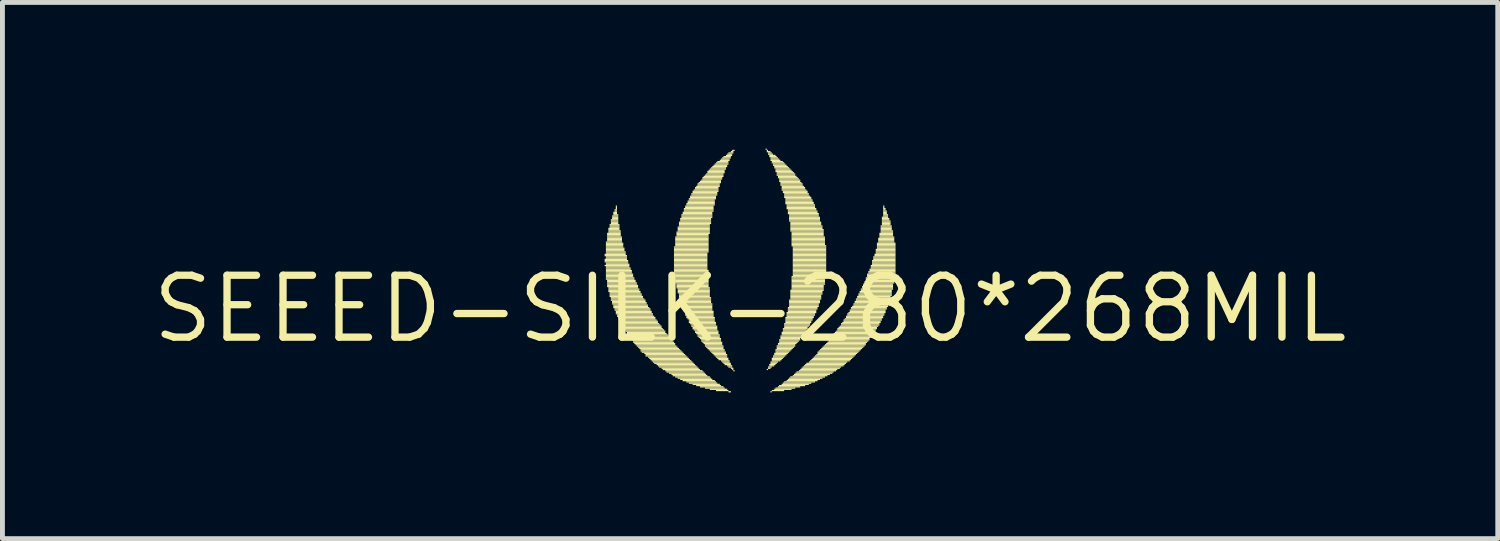
<source format=kicad_pcb>
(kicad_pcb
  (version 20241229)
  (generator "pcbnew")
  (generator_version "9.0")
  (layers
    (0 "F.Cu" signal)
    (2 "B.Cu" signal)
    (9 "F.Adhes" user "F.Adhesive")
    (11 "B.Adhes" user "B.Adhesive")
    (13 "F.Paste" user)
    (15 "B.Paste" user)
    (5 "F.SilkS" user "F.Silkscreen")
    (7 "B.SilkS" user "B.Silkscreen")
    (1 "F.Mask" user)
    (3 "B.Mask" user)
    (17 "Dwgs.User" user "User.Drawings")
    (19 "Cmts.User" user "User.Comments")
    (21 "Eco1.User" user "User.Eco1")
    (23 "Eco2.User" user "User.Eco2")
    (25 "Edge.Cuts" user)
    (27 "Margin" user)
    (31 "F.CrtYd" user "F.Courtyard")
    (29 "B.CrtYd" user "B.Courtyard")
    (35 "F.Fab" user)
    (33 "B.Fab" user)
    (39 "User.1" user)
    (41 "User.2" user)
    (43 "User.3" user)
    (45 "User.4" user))
  (footprint "SEEED-SILK-280*268MIL"
    (layer "F.Cu")
    (at 12.344 3.289)
    (property "Reference" "SEEED-SILK-280*268MIL" (at 0 0 0) (layer "F.SilkS") (effects (font (size 1.27 1.27) (thickness 0.15))))
    (attr through_hole)
    (fp_poly (pts (xy -2.985 -1.105) (xy -2.553 -1.105) (xy -2.553 -1.13) (xy -2.985 -1.13)) (stroke (width 0) (type solid)) (fill yes) (layer "F.SilkS"))
    (fp_poly (pts (xy -2.985 -1.079) (xy -2.527 -1.079) (xy -2.527 -1.105) (xy -2.985 -1.105)) (stroke (width 0) (type solid)) (fill yes) (layer "F.SilkS"))
    (fp_poly (pts (xy -2.985 -1.003) (xy -2.527 -1.003) (xy -2.527 -1.029) (xy -2.985 -1.029)) (stroke (width 0) (type solid)) (fill yes) (layer "F.SilkS"))
    (fp_poly (pts (xy -2.985 -0.978) (xy -2.502 -0.978) (xy -2.502 -1.003) (xy -2.985 -1.003)) (stroke (width 0) (type solid)) (fill yes) (layer "F.SilkS"))
    (fp_poly (pts (xy -2.985 -0.953) (xy -2.502 -0.953) (xy -2.502 -0.978) (xy -2.985 -0.978)) (stroke (width 0) (type solid)) (fill yes) (layer "F.SilkS"))
    (fp_poly (pts (xy -2.985 -0.876) (xy -2.477 -0.876) (xy -2.477 -0.902) (xy -2.985 -0.902)) (stroke (width 0) (type solid)) (fill yes) (layer "F.SilkS"))
    (fp_poly (pts (xy -2.959 -1.359) (xy -2.629 -1.359) (xy -2.629 -1.384) (xy -2.959 -1.384)) (stroke (width 0) (type solid)) (fill yes) (layer "F.SilkS"))
    (fp_poly (pts (xy -2.959 -1.333) (xy -2.603 -1.333) (xy -2.603 -1.359) (xy -2.959 -1.359)) (stroke (width 0) (type solid)) (fill yes) (layer "F.SilkS"))
    (fp_poly (pts (xy -2.959 -1.308) (xy -2.603 -1.308) (xy -2.603 -1.333) (xy -2.959 -1.333)) (stroke (width 0) (type solid)) (fill yes) (layer "F.SilkS"))
    (fp_poly (pts (xy -2.959 -1.283) (xy -2.603 -1.283) (xy -2.603 -1.308) (xy -2.959 -1.308)) (stroke (width 0) (type solid)) (fill yes) (layer "F.SilkS"))
    (fp_poly (pts (xy -2.959 -1.257) (xy -2.603 -1.257) (xy -2.603 -1.283) (xy -2.959 -1.283)) (stroke (width 0) (type solid)) (fill yes) (layer "F.SilkS"))
    (fp_poly (pts (xy -2.959 -1.232) (xy -2.578 -1.232) (xy -2.578 -1.257) (xy -2.959 -1.257)) (stroke (width 0) (type solid)) (fill yes) (layer "F.SilkS"))
    (fp_poly (pts (xy -2.959 -1.206) (xy -2.578 -1.206) (xy -2.578 -1.232) (xy -2.959 -1.232)) (stroke (width 0) (type solid)) (fill yes) (layer "F.SilkS"))
    (fp_poly (pts (xy -2.959 -1.181) (xy -2.578 -1.181) (xy -2.578 -1.206) (xy -2.959 -1.206)) (stroke (width 0) (type solid)) (fill yes) (layer "F.SilkS"))
    (fp_poly (pts (xy -2.959 -1.156) (xy -2.553 -1.156) (xy -2.553 -1.181) (xy -2.959 -1.181)) (stroke (width 0) (type solid)) (fill yes) (layer "F.SilkS"))
    (fp_poly (pts (xy -2.959 -1.13) (xy -2.553 -1.13) (xy -2.553 -1.156) (xy -2.959 -1.156)) (stroke (width 0) (type solid)) (fill yes) (layer "F.SilkS"))
    (fp_poly (pts (xy -2.959 -1.054) (xy -2.527 -1.054) (xy -2.527 -1.079) (xy -2.959 -1.079)) (stroke (width 0) (type solid)) (fill yes) (layer "F.SilkS"))
    (fp_poly (pts (xy -2.959 -1.029) (xy -2.527 -1.029) (xy -2.527 -1.054) (xy -2.959 -1.054)) (stroke (width 0) (type solid)) (fill yes) (layer "F.SilkS"))
    (fp_poly (pts (xy -2.959 -0.927) (xy -2.502 -0.927) (xy -2.502 -0.953) (xy -2.959 -0.953)) (stroke (width 0) (type solid)) (fill yes) (layer "F.SilkS"))
    (fp_poly (pts (xy -2.959 -0.902) (xy -2.477 -0.902) (xy -2.477 -0.927) (xy -2.959 -0.927)) (stroke (width 0) (type solid)) (fill yes) (layer "F.SilkS"))
    (fp_poly (pts (xy -2.959 -0.851) (xy -2.477 -0.851) (xy -2.477 -0.876) (xy -2.959 -0.876)) (stroke (width 0) (type solid)) (fill yes) (layer "F.SilkS"))
    (fp_poly (pts (xy -2.959 -0.826) (xy -2.451 -0.826) (xy -2.451 -0.851) (xy -2.959 -0.851)) (stroke (width 0) (type solid)) (fill yes) (layer "F.SilkS"))
    (fp_poly (pts (xy -2.959 -0.8) (xy -2.451 -0.8) (xy -2.451 -0.826) (xy -2.959 -0.826)) (stroke (width 0) (type solid)) (fill yes) (layer "F.SilkS"))
    (fp_poly (pts (xy -2.959 -0.775) (xy -2.426 -0.775) (xy -2.426 -0.8) (xy -2.959 -0.8)) (stroke (width 0) (type solid)) (fill yes) (layer "F.SilkS"))
    (fp_poly (pts (xy -2.959 -0.749) (xy -2.426 -0.749) (xy -2.426 -0.775) (xy -2.959 -0.775)) (stroke (width 0) (type solid)) (fill yes) (layer "F.SilkS"))
    (fp_poly (pts (xy -2.959 -0.724) (xy -2.426 -0.724) (xy -2.426 -0.749) (xy -2.959 -0.749)) (stroke (width 0) (type solid)) (fill yes) (layer "F.SilkS"))
    (fp_poly (pts (xy -2.959 -0.699) (xy -2.4 -0.699) (xy -2.4 -0.724) (xy -2.959 -0.724)) (stroke (width 0) (type solid)) (fill yes) (layer "F.SilkS"))
    (fp_poly (pts (xy -2.959 -0.673) (xy -2.4 -0.673) (xy -2.4 -0.699) (xy -2.959 -0.699)) (stroke (width 0) (type solid)) (fill yes) (layer "F.SilkS"))
    (fp_poly (pts (xy -2.959 -0.648) (xy -2.4 -0.648) (xy -2.4 -0.673) (xy -2.959 -0.673)) (stroke (width 0) (type solid)) (fill yes) (layer "F.SilkS"))
    (fp_poly (pts (xy -2.959 -0.622) (xy -2.375 -0.622) (xy -2.375 -0.648) (xy -2.959 -0.648)) (stroke (width 0) (type solid)) (fill yes) (layer "F.SilkS"))
    (fp_poly (pts (xy -2.959 -0.597) (xy -2.375 -0.597) (xy -2.375 -0.622) (xy -2.959 -0.622)) (stroke (width 0) (type solid)) (fill yes) (layer "F.SilkS"))
    (fp_poly (pts (xy -2.934 -1.537) (xy -2.654 -1.537) (xy -2.654 -1.562) (xy -2.934 -1.562)) (stroke (width 0) (type solid)) (fill yes) (layer "F.SilkS"))
    (fp_poly (pts (xy -2.934 -1.511) (xy -2.654 -1.511) (xy -2.654 -1.537) (xy -2.934 -1.537)) (stroke (width 0) (type solid)) (fill yes) (layer "F.SilkS"))
    (fp_poly (pts (xy -2.934 -1.486) (xy -2.654 -1.486) (xy -2.654 -1.511) (xy -2.934 -1.511)) (stroke (width 0) (type solid)) (fill yes) (layer "F.SilkS"))
    (fp_poly (pts (xy -2.934 -1.46) (xy -2.629 -1.46) (xy -2.629 -1.486) (xy -2.934 -1.486)) (stroke (width 0) (type solid)) (fill yes) (layer "F.SilkS"))
    (fp_poly (pts (xy -2.934 -1.435) (xy -2.629 -1.435) (xy -2.629 -1.46) (xy -2.934 -1.46)) (stroke (width 0) (type solid)) (fill yes) (layer "F.SilkS"))
    (fp_poly (pts (xy -2.934 -1.41) (xy -2.629 -1.41) (xy -2.629 -1.435) (xy -2.934 -1.435)) (stroke (width 0) (type solid)) (fill yes) (layer "F.SilkS"))
    (fp_poly (pts (xy -2.934 -1.384) (xy -2.629 -1.384) (xy -2.629 -1.41) (xy -2.934 -1.41)) (stroke (width 0) (type solid)) (fill yes) (layer "F.SilkS"))
    (fp_poly (pts (xy -2.934 -0.572) (xy -2.349 -0.572) (xy -2.349 -0.597) (xy -2.934 -0.597)) (stroke (width 0) (type solid)) (fill yes) (layer "F.SilkS"))
    (fp_poly (pts (xy -2.934 -0.546) (xy -2.349 -0.546) (xy -2.349 -0.572) (xy -2.934 -0.572)) (stroke (width 0) (type solid)) (fill yes) (layer "F.SilkS"))
    (fp_poly (pts (xy -2.934 -0.521) (xy -2.324 -0.521) (xy -2.324 -0.546) (xy -2.934 -0.546)) (stroke (width 0) (type solid)) (fill yes) (layer "F.SilkS"))
    (fp_poly (pts (xy -2.934 -0.495) (xy -2.324 -0.495) (xy -2.324 -0.521) (xy -2.934 -0.521)) (stroke (width 0) (type solid)) (fill yes) (layer "F.SilkS"))
    (fp_poly (pts (xy -2.934 -0.47) (xy -2.299 -0.47) (xy -2.299 -0.495) (xy -2.934 -0.495)) (stroke (width 0) (type solid)) (fill yes) (layer "F.SilkS"))
    (fp_poly (pts (xy -2.934 -0.445) (xy -2.299 -0.445) (xy -2.299 -0.47) (xy -2.934 -0.47)) (stroke (width 0) (type solid)) (fill yes) (layer "F.SilkS"))
    (fp_poly (pts (xy -2.908 -1.638) (xy -2.68 -1.638) (xy -2.68 -1.664) (xy -2.908 -1.664)) (stroke (width 0) (type solid)) (fill yes) (layer "F.SilkS"))
    (fp_poly (pts (xy -2.908 -1.613) (xy -2.68 -1.613) (xy -2.68 -1.638) (xy -2.908 -1.638)) (stroke (width 0) (type solid)) (fill yes) (layer "F.SilkS"))
    (fp_poly (pts (xy -2.908 -1.587) (xy -2.654 -1.587) (xy -2.654 -1.613) (xy -2.908 -1.613)) (stroke (width 0) (type solid)) (fill yes) (layer "F.SilkS"))
    (fp_poly (pts (xy -2.908 -1.562) (xy -2.654 -1.562) (xy -2.654 -1.587) (xy -2.908 -1.587)) (stroke (width 0) (type solid)) (fill yes) (layer "F.SilkS"))
    (fp_poly (pts (xy -2.908 -0.419) (xy -2.299 -0.419) (xy -2.299 -0.445) (xy -2.908 -0.445)) (stroke (width 0) (type solid)) (fill yes) (layer "F.SilkS"))
    (fp_poly (pts (xy -2.908 -0.394) (xy -2.273 -0.394) (xy -2.273 -0.419) (xy -2.908 -0.419)) (stroke (width 0) (type solid)) (fill yes) (layer "F.SilkS"))
    (fp_poly (pts (xy -2.908 -0.368) (xy -2.273 -0.368) (xy -2.273 -0.394) (xy -2.908 -0.394)) (stroke (width 0) (type solid)) (fill yes) (layer "F.SilkS"))
    (fp_poly (pts (xy -2.908 -0.343) (xy -2.248 -0.343) (xy -2.248 -0.368) (xy -2.908 -0.368)) (stroke (width 0) (type solid)) (fill yes) (layer "F.SilkS"))
    (fp_poly (pts (xy -2.883 -1.714) (xy -2.68 -1.714) (xy -2.68 -1.74) (xy -2.883 -1.74)) (stroke (width 0) (type solid)) (fill yes) (layer "F.SilkS"))
    (fp_poly (pts (xy -2.883 -1.689) (xy -2.68 -1.689) (xy -2.68 -1.714) (xy -2.883 -1.714)) (stroke (width 0) (type solid)) (fill yes) (layer "F.SilkS"))
    (fp_poly (pts (xy -2.883 -1.664) (xy -2.68 -1.664) (xy -2.68 -1.689) (xy -2.883 -1.689)) (stroke (width 0) (type solid)) (fill yes) (layer "F.SilkS"))
    (fp_poly (pts (xy -2.883 -0.318) (xy -2.248 -0.318) (xy -2.248 -0.343) (xy -2.883 -0.343)) (stroke (width 0) (type solid)) (fill yes) (layer "F.SilkS"))
    (fp_poly (pts (xy -2.883 -0.292) (xy -2.223 -0.292) (xy -2.223 -0.318) (xy -2.883 -0.318)) (stroke (width 0) (type solid)) (fill yes) (layer "F.SilkS"))
    (fp_poly (pts (xy -2.883 -0.267) (xy -2.223 -0.267) (xy -2.223 -0.292) (xy -2.883 -0.292)) (stroke (width 0) (type solid)) (fill yes) (layer "F.SilkS"))
    (fp_poly (pts (xy -2.883 -0.241) (xy -2.197 -0.241) (xy -2.197 -0.267) (xy -2.883 -0.267)) (stroke (width 0) (type solid)) (fill yes) (layer "F.SilkS"))
    (fp_poly (pts (xy -2.857 -1.816) (xy -2.705 -1.816) (xy -2.705 -1.841) (xy -2.857 -1.841)) (stroke (width 0) (type solid)) (fill yes) (layer "F.SilkS"))
    (fp_poly (pts (xy -2.857 -1.791) (xy -2.705 -1.791) (xy -2.705 -1.816) (xy -2.857 -1.816)) (stroke (width 0) (type solid)) (fill yes) (layer "F.SilkS"))
    (fp_poly (pts (xy -2.857 -1.765) (xy -2.705 -1.765) (xy -2.705 -1.791) (xy -2.857 -1.791)) (stroke (width 0) (type solid)) (fill yes) (layer "F.SilkS"))
    (fp_poly (pts (xy -2.857 -1.74) (xy -2.705 -1.74) (xy -2.705 -1.765) (xy -2.857 -1.765)) (stroke (width 0) (type solid)) (fill yes) (layer "F.SilkS"))
    (fp_poly (pts (xy -2.857 -0.216) (xy -2.197 -0.216) (xy -2.197 -0.241) (xy -2.857 -0.241)) (stroke (width 0) (type solid)) (fill yes) (layer "F.SilkS"))
    (fp_poly (pts (xy -2.857 -0.191) (xy -2.172 -0.191) (xy -2.172 -0.216) (xy -2.857 -0.216)) (stroke (width 0) (type solid)) (fill yes) (layer "F.SilkS"))
    (fp_poly (pts (xy -2.857 -0.165) (xy -2.146 -0.165) (xy -2.146 -0.191) (xy -2.857 -0.191)) (stroke (width 0) (type solid)) (fill yes) (layer "F.SilkS"))
    (fp_poly (pts (xy -2.832 -1.892) (xy -2.705 -1.892) (xy -2.705 -1.918) (xy -2.832 -1.918)) (stroke (width 0) (type solid)) (fill yes) (layer "F.SilkS"))
    (fp_poly (pts (xy -2.832 -1.867) (xy -2.705 -1.867) (xy -2.705 -1.892) (xy -2.832 -1.892)) (stroke (width 0) (type solid)) (fill yes) (layer "F.SilkS"))
    (fp_poly (pts (xy -2.832 -1.841) (xy -2.705 -1.841) (xy -2.705 -1.867) (xy -2.832 -1.867)) (stroke (width 0) (type solid)) (fill yes) (layer "F.SilkS"))
    (fp_poly (pts (xy -2.832 -0.14) (xy -2.146 -0.14) (xy -2.146 -0.165) (xy -2.832 -0.165)) (stroke (width 0) (type solid)) (fill yes) (layer "F.SilkS"))
    (fp_poly (pts (xy -2.832 -0.114) (xy -2.121 -0.114) (xy -2.121 -0.14) (xy -2.832 -0.14)) (stroke (width 0) (type solid)) (fill yes) (layer "F.SilkS"))
    (fp_poly (pts (xy -2.832 -0.089) (xy -2.121 -0.089) (xy -2.121 -0.114) (xy -2.832 -0.114)) (stroke (width 0) (type solid)) (fill yes) (layer "F.SilkS"))
    (fp_poly (pts (xy -2.807 -1.968) (xy -2.731 -1.968) (xy -2.731 -1.994) (xy -2.807 -1.994)) (stroke (width 0) (type solid)) (fill yes) (layer "F.SilkS"))
    (fp_poly (pts (xy -2.807 -1.943) (xy -2.731 -1.943) (xy -2.731 -1.968) (xy -2.807 -1.968)) (stroke (width 0) (type solid)) (fill yes) (layer "F.SilkS"))
    (fp_poly (pts (xy -2.807 -1.918) (xy -2.705 -1.918) (xy -2.705 -1.943) (xy -2.807 -1.943)) (stroke (width 0) (type solid)) (fill yes) (layer "F.SilkS"))
    (fp_poly (pts (xy -2.807 -0.064) (xy -2.095 -0.064) (xy -2.095 -0.089) (xy -2.807 -0.089)) (stroke (width 0) (type solid)) (fill yes) (layer "F.SilkS"))
    (fp_poly (pts (xy -2.807 -0.038) (xy -2.095 -0.038) (xy -2.095 -0.064) (xy -2.807 -0.064)) (stroke (width 0) (type solid)) (fill yes) (layer "F.SilkS"))
    (fp_poly (pts (xy -2.807 -0.013) (xy -2.07 -0.013) (xy -2.07 -0.038) (xy -2.807 -0.038)) (stroke (width 0) (type solid)) (fill yes) (layer "F.SilkS"))
    (fp_poly (pts (xy -2.781 -2.019) (xy -2.731 -2.019) (xy -2.731 -2.045) (xy -2.781 -2.045)) (stroke (width 0) (type solid)) (fill yes) (layer "F.SilkS"))
    (fp_poly (pts (xy -2.781 -1.994) (xy -2.731 -1.994) (xy -2.731 -2.019) (xy -2.781 -2.019)) (stroke (width 0) (type solid)) (fill yes) (layer "F.SilkS"))
    (fp_poly (pts (xy -2.781 0.013) (xy -2.045 0.013) (xy -2.045 -0.013) (xy -2.781 -0.013)) (stroke (width 0) (type solid)) (fill yes) (layer "F.SilkS"))
    (fp_poly (pts (xy -2.781 0.038) (xy -2.045 0.038) (xy -2.045 0.013) (xy -2.781 0.013)) (stroke (width 0) (type solid)) (fill yes) (layer "F.SilkS"))
    (fp_poly (pts (xy -2.756 -2.095) (xy -2.731 -2.095) (xy -2.731 -2.121) (xy -2.756 -2.121)) (stroke (width 0) (type solid)) (fill yes) (layer "F.SilkS"))
    (fp_poly (pts (xy -2.756 -2.07) (xy -2.731 -2.07) (xy -2.731 -2.095) (xy -2.756 -2.095)) (stroke (width 0) (type solid)) (fill yes) (layer "F.SilkS"))
    (fp_poly (pts (xy -2.756 -2.045) (xy -2.731 -2.045) (xy -2.731 -2.07) (xy -2.756 -2.07)) (stroke (width 0) (type solid)) (fill yes) (layer "F.SilkS"))
    (fp_poly (pts (xy -2.756 0.064) (xy -2.019 0.064) (xy -2.019 0.038) (xy -2.756 0.038)) (stroke (width 0) (type solid)) (fill yes) (layer "F.SilkS"))
    (fp_poly (pts (xy -2.756 0.089) (xy -2.019 0.089) (xy -2.019 0.064) (xy -2.756 0.064)) (stroke (width 0) (type solid)) (fill yes) (layer "F.SilkS"))
    (fp_poly (pts (xy -2.756 0.114) (xy -1.994 0.114) (xy -1.994 0.089) (xy -2.756 0.089)) (stroke (width 0) (type solid)) (fill yes) (layer "F.SilkS"))
    (fp_poly (pts (xy -2.731 0.14) (xy -1.994 0.14) (xy -1.994 0.114) (xy -2.731 0.114)) (stroke (width 0) (type solid)) (fill yes) (layer "F.SilkS"))
    (fp_poly (pts (xy -2.731 0.165) (xy -1.968 0.165) (xy -1.968 0.14) (xy -2.731 0.14)) (stroke (width 0) (type solid)) (fill yes) (layer "F.SilkS"))
    (fp_poly (pts (xy -2.705 0.191) (xy -1.943 0.191) (xy -1.943 0.165) (xy -2.705 0.165)) (stroke (width 0) (type solid)) (fill yes) (layer "F.SilkS"))
    (fp_poly (pts (xy -2.705 0.216) (xy -1.943 0.216) (xy -1.943 0.191) (xy -2.705 0.191)) (stroke (width 0) (type solid)) (fill yes) (layer "F.SilkS"))
    (fp_poly (pts (xy -2.68 0.241) (xy -1.918 0.241) (xy -1.918 0.216) (xy -2.68 0.216)) (stroke (width 0) (type solid)) (fill yes) (layer "F.SilkS"))
    (fp_poly (pts (xy -2.68 0.267) (xy -1.892 0.267) (xy -1.892 0.241) (xy -2.68 0.241)) (stroke (width 0) (type solid)) (fill yes) (layer "F.SilkS"))
    (fp_poly (pts (xy -2.654 0.292) (xy -1.892 0.292) (xy -1.892 0.267) (xy -2.654 0.267)) (stroke (width 0) (type solid)) (fill yes) (layer "F.SilkS"))
    (fp_poly (pts (xy -2.654 0.318) (xy -1.867 0.318) (xy -1.867 0.292) (xy -2.654 0.292)) (stroke (width 0) (type solid)) (fill yes) (layer "F.SilkS"))
    (fp_poly (pts (xy -2.629 0.343) (xy -1.841 0.343) (xy -1.841 0.318) (xy -2.629 0.318)) (stroke (width 0) (type solid)) (fill yes) (layer "F.SilkS"))
    (fp_poly (pts (xy -2.629 0.368) (xy -1.816 0.368) (xy -1.816 0.343) (xy -2.629 0.343)) (stroke (width 0) (type solid)) (fill yes) (layer "F.SilkS"))
    (fp_poly (pts (xy -2.603 0.394) (xy -1.816 0.394) (xy -1.816 0.368) (xy -2.603 0.368)) (stroke (width 0) (type solid)) (fill yes) (layer "F.SilkS"))
    (fp_poly (pts (xy -2.578 0.419) (xy -1.791 0.419) (xy -1.791 0.394) (xy -2.578 0.394)) (stroke (width 0) (type solid)) (fill yes) (layer "F.SilkS"))
    (fp_poly (pts (xy -2.578 0.445) (xy -1.765 0.445) (xy -1.765 0.419) (xy -2.578 0.419)) (stroke (width 0) (type solid)) (fill yes) (layer "F.SilkS"))
    (fp_poly (pts (xy -2.553 0.47) (xy -1.74 0.47) (xy -1.74 0.445) (xy -2.553 0.445)) (stroke (width 0) (type solid)) (fill yes) (layer "F.SilkS"))
    (fp_poly (pts (xy -2.527 0.495) (xy -1.74 0.495) (xy -1.74 0.47) (xy -2.527 0.47)) (stroke (width 0) (type solid)) (fill yes) (layer "F.SilkS"))
    (fp_poly (pts (xy -2.527 0.521) (xy -1.714 0.521) (xy -1.714 0.495) (xy -2.527 0.495)) (stroke (width 0) (type solid)) (fill yes) (layer "F.SilkS"))
    (fp_poly (pts (xy -2.502 0.546) (xy -1.689 0.546) (xy -1.689 0.521) (xy -2.502 0.521)) (stroke (width 0) (type solid)) (fill yes) (layer "F.SilkS"))
    (fp_poly (pts (xy -2.477 0.572) (xy -1.664 0.572) (xy -1.664 0.546) (xy -2.477 0.546)) (stroke (width 0) (type solid)) (fill yes) (layer "F.SilkS"))
    (fp_poly (pts (xy -2.477 0.597) (xy -1.664 0.597) (xy -1.664 0.572) (xy -2.477 0.572)) (stroke (width 0) (type solid)) (fill yes) (layer "F.SilkS"))
    (fp_poly (pts (xy -2.451 0.622) (xy -1.638 0.622) (xy -1.638 0.597) (xy -2.451 0.597)) (stroke (width 0) (type solid)) (fill yes) (layer "F.SilkS"))
    (fp_poly (pts (xy -2.426 0.648) (xy -1.613 0.648) (xy -1.613 0.622) (xy -2.426 0.622)) (stroke (width 0) (type solid)) (fill yes) (layer "F.SilkS"))
    (fp_poly (pts (xy -2.4 0.673) (xy -1.587 0.673) (xy -1.587 0.648) (xy -2.4 0.648)) (stroke (width 0) (type solid)) (fill yes) (layer "F.SilkS"))
    (fp_poly (pts (xy -2.4 0.699) (xy -1.562 0.699) (xy -1.562 0.673) (xy -2.4 0.673)) (stroke (width 0) (type solid)) (fill yes) (layer "F.SilkS"))
    (fp_poly (pts (xy -2.375 0.724) (xy -1.537 0.724) (xy -1.537 0.699) (xy -2.375 0.699)) (stroke (width 0) (type solid)) (fill yes) (layer "F.SilkS"))
    (fp_poly (pts (xy -2.349 0.749) (xy -1.537 0.749) (xy -1.537 0.724) (xy -2.349 0.724)) (stroke (width 0) (type solid)) (fill yes) (layer "F.SilkS"))
    (fp_poly (pts (xy -2.324 0.775) (xy -1.511 0.775) (xy -1.511 0.749) (xy -2.324 0.749)) (stroke (width 0) (type solid)) (fill yes) (layer "F.SilkS"))
    (fp_poly (pts (xy -2.299 0.8) (xy -1.486 0.8) (xy -1.486 0.775) (xy -2.299 0.775)) (stroke (width 0) (type solid)) (fill yes) (layer "F.SilkS"))
    (fp_poly (pts (xy -2.273 0.826) (xy -1.46 0.826) (xy -1.46 0.8) (xy -2.273 0.8)) (stroke (width 0) (type solid)) (fill yes) (layer "F.SilkS"))
    (fp_poly (pts (xy -2.248 0.851) (xy -1.435 0.851) (xy -1.435 0.826) (xy -2.248 0.826)) (stroke (width 0) (type solid)) (fill yes) (layer "F.SilkS"))
    (fp_poly (pts (xy -2.248 0.876) (xy -1.41 0.876) (xy -1.41 0.851) (xy -2.248 0.851)) (stroke (width 0) (type solid)) (fill yes) (layer "F.SilkS"))
    (fp_poly (pts (xy -2.223 0.902) (xy -1.384 0.902) (xy -1.384 0.876) (xy -2.223 0.876)) (stroke (width 0) (type solid)) (fill yes) (layer "F.SilkS"))
    (fp_poly (pts (xy -2.172 0.927) (xy -1.359 0.927) (xy -1.359 0.902) (xy -2.172 0.902)) (stroke (width 0) (type solid)) (fill yes) (layer "F.SilkS"))
    (fp_poly (pts (xy -2.146 0.953) (xy -1.333 0.953) (xy -1.333 0.927) (xy -2.146 0.927)) (stroke (width 0) (type solid)) (fill yes) (layer "F.SilkS"))
    (fp_poly (pts (xy -2.146 0.978) (xy -1.308 0.978) (xy -1.308 0.953) (xy -2.146 0.953)) (stroke (width 0) (type solid)) (fill yes) (layer "F.SilkS"))
    (fp_poly (pts (xy -2.095 1.003) (xy -1.283 1.003) (xy -1.283 0.978) (xy -2.095 0.978)) (stroke (width 0) (type solid)) (fill yes) (layer "F.SilkS"))
    (fp_poly (pts (xy -2.07 1.029) (xy -1.257 1.029) (xy -1.257 1.003) (xy -2.07 1.003)) (stroke (width 0) (type solid)) (fill yes) (layer "F.SilkS"))
    (fp_poly (pts (xy -2.045 1.054) (xy -1.232 1.054) (xy -1.232 1.029) (xy -2.045 1.029)) (stroke (width 0) (type solid)) (fill yes) (layer "F.SilkS"))
    (fp_poly (pts (xy -2.019 1.079) (xy -1.206 1.079) (xy -1.206 1.054) (xy -2.019 1.054)) (stroke (width 0) (type solid)) (fill yes) (layer "F.SilkS"))
    (fp_poly (pts (xy -1.994 1.105) (xy -1.181 1.105) (xy -1.181 1.079) (xy -1.994 1.079)) (stroke (width 0) (type solid)) (fill yes) (layer "F.SilkS"))
    (fp_poly (pts (xy -1.968 1.13) (xy -1.156 1.13) (xy -1.156 1.105) (xy -1.968 1.105)) (stroke (width 0) (type solid)) (fill yes) (layer "F.SilkS"))
    (fp_poly (pts (xy -1.918 1.156) (xy -1.13 1.156) (xy -1.13 1.13) (xy -1.918 1.13)) (stroke (width 0) (type solid)) (fill yes) (layer "F.SilkS"))
    (fp_poly (pts (xy -1.892 1.181) (xy -1.105 1.181) (xy -1.105 1.156) (xy -1.892 1.156)) (stroke (width 0) (type solid)) (fill yes) (layer "F.SilkS"))
    (fp_poly (pts (xy -1.867 1.206) (xy -1.079 1.206) (xy -1.079 1.181) (xy -1.867 1.181)) (stroke (width 0) (type solid)) (fill yes) (layer "F.SilkS"))
    (fp_poly (pts (xy -1.816 1.232) (xy -1.054 1.232) (xy -1.054 1.206) (xy -1.816 1.206)) (stroke (width 0) (type solid)) (fill yes) (layer "F.SilkS"))
    (fp_poly (pts (xy -1.791 1.257) (xy -1.029 1.257) (xy -1.029 1.232) (xy -1.791 1.232)) (stroke (width 0) (type solid)) (fill yes) (layer "F.SilkS"))
    (fp_poly (pts (xy -1.74 1.283) (xy -0.978 1.283) (xy -0.978 1.257) (xy -1.74 1.257)) (stroke (width 0) (type solid)) (fill yes) (layer "F.SilkS"))
    (fp_poly (pts (xy -1.714 1.308) (xy -0.953 1.308) (xy -0.953 1.283) (xy -1.714 1.283)) (stroke (width 0) (type solid)) (fill yes) (layer "F.SilkS"))
    (fp_poly (pts (xy -1.664 1.333) (xy -0.927 1.333) (xy -0.927 1.308) (xy -1.664 1.308)) (stroke (width 0) (type solid)) (fill yes) (layer "F.SilkS"))
    (fp_poly (pts (xy -1.613 1.359) (xy -0.902 1.359) (xy -0.902 1.333) (xy -1.613 1.333)) (stroke (width 0) (type solid)) (fill yes) (layer "F.SilkS"))
    (fp_poly (pts (xy -1.587 1.384) (xy -0.876 1.384) (xy -0.876 1.359) (xy -1.587 1.359)) (stroke (width 0) (type solid)) (fill yes) (layer "F.SilkS"))
    (fp_poly (pts (xy -1.562 -1.257) (xy -0.851 -1.257) (xy -0.851 -1.283) (xy -1.562 -1.283)) (stroke (width 0) (type solid)) (fill yes) (layer "F.SilkS"))
    (fp_poly (pts (xy -1.562 -1.232) (xy -0.851 -1.232) (xy -0.851 -1.257) (xy -1.562 -1.257)) (stroke (width 0) (type solid)) (fill yes) (layer "F.SilkS"))
    (fp_poly (pts (xy -1.562 -1.206) (xy -0.851 -1.206) (xy -0.851 -1.232) (xy -1.562 -1.232)) (stroke (width 0) (type solid)) (fill yes) (layer "F.SilkS"))
    (fp_poly (pts (xy -1.562 -1.181) (xy -0.851 -1.181) (xy -0.851 -1.206) (xy -1.562 -1.206)) (stroke (width 0) (type solid)) (fill yes) (layer "F.SilkS"))
    (fp_poly (pts (xy -1.562 -1.156) (xy -0.851 -1.156) (xy -0.851 -1.181) (xy -1.562 -1.181)) (stroke (width 0) (type solid)) (fill yes) (layer "F.SilkS"))
    (fp_poly (pts (xy -1.562 -1.13) (xy -0.876 -1.13) (xy -0.876 -1.156) (xy -1.562 -1.156)) (stroke (width 0) (type solid)) (fill yes) (layer "F.SilkS"))
    (fp_poly (pts (xy -1.562 -1.105) (xy -0.876 -1.105) (xy -0.876 -1.13) (xy -1.562 -1.13)) (stroke (width 0) (type solid)) (fill yes) (layer "F.SilkS"))
    (fp_poly (pts (xy -1.562 -1.079) (xy -0.876 -1.079) (xy -0.876 -1.105) (xy -1.562 -1.105)) (stroke (width 0) (type solid)) (fill yes) (layer "F.SilkS"))
    (fp_poly (pts (xy -1.562 -1.054) (xy -0.876 -1.054) (xy -0.876 -1.079) (xy -1.562 -1.079)) (stroke (width 0) (type solid)) (fill yes) (layer "F.SilkS"))
    (fp_poly (pts (xy -1.562 -1.029) (xy -0.876 -1.029) (xy -0.876 -1.054) (xy -1.562 -1.054)) (stroke (width 0) (type solid)) (fill yes) (layer "F.SilkS"))
    (fp_poly (pts (xy -1.562 -1.003) (xy -0.876 -1.003) (xy -0.876 -1.029) (xy -1.562 -1.029)) (stroke (width 0) (type solid)) (fill yes) (layer "F.SilkS"))
    (fp_poly (pts (xy -1.562 -0.978) (xy -0.876 -0.978) (xy -0.876 -1.003) (xy -1.562 -1.003)) (stroke (width 0) (type solid)) (fill yes) (layer "F.SilkS"))
    (fp_poly (pts (xy -1.562 -0.953) (xy -0.876 -0.953) (xy -0.876 -0.978) (xy -1.562 -0.978)) (stroke (width 0) (type solid)) (fill yes) (layer "F.SilkS"))
    (fp_poly (pts (xy -1.562 -0.927) (xy -0.876 -0.927) (xy -0.876 -0.953) (xy -1.562 -0.953)) (stroke (width 0) (type solid)) (fill yes) (layer "F.SilkS"))
    (fp_poly (pts (xy -1.562 -0.902) (xy -0.876 -0.902) (xy -0.876 -0.927) (xy -1.562 -0.927)) (stroke (width 0) (type solid)) (fill yes) (layer "F.SilkS"))
    (fp_poly (pts (xy -1.562 -0.876) (xy -0.876 -0.876) (xy -0.876 -0.902) (xy -1.562 -0.902)) (stroke (width 0) (type solid)) (fill yes) (layer "F.SilkS"))
    (fp_poly (pts (xy -1.562 -0.851) (xy -0.876 -0.851) (xy -0.876 -0.876) (xy -1.562 -0.876)) (stroke (width 0) (type solid)) (fill yes) (layer "F.SilkS"))
    (fp_poly (pts (xy -1.562 -0.826) (xy -0.876 -0.826) (xy -0.876 -0.851) (xy -1.562 -0.851)) (stroke (width 0) (type solid)) (fill yes) (layer "F.SilkS"))
    (fp_poly (pts (xy -1.562 -0.8) (xy -0.876 -0.8) (xy -0.876 -0.826) (xy -1.562 -0.826)) (stroke (width 0) (type solid)) (fill yes) (layer "F.SilkS"))
    (fp_poly (pts (xy -1.562 -0.775) (xy -0.851 -0.775) (xy -0.851 -0.8) (xy -1.562 -0.8)) (stroke (width 0) (type solid)) (fill yes) (layer "F.SilkS"))
    (fp_poly (pts (xy -1.562 -0.749) (xy -0.851 -0.749) (xy -0.851 -0.775) (xy -1.562 -0.775)) (stroke (width 0) (type solid)) (fill yes) (layer "F.SilkS"))
    (fp_poly (pts (xy -1.562 -0.724) (xy -0.851 -0.724) (xy -0.851 -0.749) (xy -1.562 -0.749)) (stroke (width 0) (type solid)) (fill yes) (layer "F.SilkS"))
    (fp_poly (pts (xy -1.537 -1.46) (xy -0.851 -1.46) (xy -0.851 -1.486) (xy -1.537 -1.486)) (stroke (width 0) (type solid)) (fill yes) (layer "F.SilkS"))
    (fp_poly (pts (xy -1.537 -1.435) (xy -0.851 -1.435) (xy -0.851 -1.46) (xy -1.537 -1.46)) (stroke (width 0) (type solid)) (fill yes) (layer "F.SilkS"))
    (fp_poly (pts (xy -1.537 -1.41) (xy -0.851 -1.41) (xy -0.851 -1.435) (xy -1.537 -1.435)) (stroke (width 0) (type solid)) (fill yes) (layer "F.SilkS"))
    (fp_poly (pts (xy -1.537 -1.384) (xy -0.851 -1.384) (xy -0.851 -1.41) (xy -1.537 -1.41)) (stroke (width 0) (type solid)) (fill yes) (layer "F.SilkS"))
    (fp_poly (pts (xy -1.537 -1.359) (xy -0.851 -1.359) (xy -0.851 -1.384) (xy -1.537 -1.384)) (stroke (width 0) (type solid)) (fill yes) (layer "F.SilkS"))
    (fp_poly (pts (xy -1.537 -1.333) (xy -0.851 -1.333) (xy -0.851 -1.359) (xy -1.537 -1.359)) (stroke (width 0) (type solid)) (fill yes) (layer "F.SilkS"))
    (fp_poly (pts (xy -1.537 -1.308) (xy -0.851 -1.308) (xy -0.851 -1.333) (xy -1.537 -1.333)) (stroke (width 0) (type solid)) (fill yes) (layer "F.SilkS"))
    (fp_poly (pts (xy -1.537 -1.283) (xy -0.851 -1.283) (xy -0.851 -1.308) (xy -1.537 -1.308)) (stroke (width 0) (type solid)) (fill yes) (layer "F.SilkS"))
    (fp_poly (pts (xy -1.537 -0.699) (xy -0.851 -0.699) (xy -0.851 -0.724) (xy -1.537 -0.724)) (stroke (width 0) (type solid)) (fill yes) (layer "F.SilkS"))
    (fp_poly (pts (xy -1.537 -0.673) (xy -0.851 -0.673) (xy -0.851 -0.699) (xy -1.537 -0.699)) (stroke (width 0) (type solid)) (fill yes) (layer "F.SilkS"))
    (fp_poly (pts (xy -1.537 -0.648) (xy -0.851 -0.648) (xy -0.851 -0.673) (xy -1.537 -0.673)) (stroke (width 0) (type solid)) (fill yes) (layer "F.SilkS"))
    (fp_poly (pts (xy -1.537 -0.622) (xy -0.851 -0.622) (xy -0.851 -0.648) (xy -1.537 -0.648)) (stroke (width 0) (type solid)) (fill yes) (layer "F.SilkS"))
    (fp_poly (pts (xy -1.537 -0.597) (xy -0.851 -0.597) (xy -0.851 -0.622) (xy -1.537 -0.622)) (stroke (width 0) (type solid)) (fill yes) (layer "F.SilkS"))
    (fp_poly (pts (xy -1.537 -0.572) (xy -0.851 -0.572) (xy -0.851 -0.597) (xy -1.537 -0.597)) (stroke (width 0) (type solid)) (fill yes) (layer "F.SilkS"))
    (fp_poly (pts (xy -1.537 -0.546) (xy -0.851 -0.546) (xy -0.851 -0.572) (xy -1.537 -0.572)) (stroke (width 0) (type solid)) (fill yes) (layer "F.SilkS"))
    (fp_poly (pts (xy -1.537 -0.521) (xy -0.851 -0.521) (xy -0.851 -0.546) (xy -1.537 -0.546)) (stroke (width 0) (type solid)) (fill yes) (layer "F.SilkS"))
    (fp_poly (pts (xy -1.537 1.41) (xy -0.826 1.41) (xy -0.826 1.384) (xy -1.537 1.384)) (stroke (width 0) (type solid)) (fill yes) (layer "F.SilkS"))
    (fp_poly (pts (xy -1.511 -1.562) (xy -0.826 -1.562) (xy -0.826 -1.587) (xy -1.511 -1.587)) (stroke (width 0) (type solid)) (fill yes) (layer "F.SilkS"))
    (fp_poly (pts (xy -1.511 -1.537) (xy -0.826 -1.537) (xy -0.826 -1.562) (xy -1.511 -1.562)) (stroke (width 0) (type solid)) (fill yes) (layer "F.SilkS"))
    (fp_poly (pts (xy -1.511 -1.511) (xy -0.851 -1.511) (xy -0.851 -1.537) (xy -1.511 -1.537)) (stroke (width 0) (type solid)) (fill yes) (layer "F.SilkS"))
    (fp_poly (pts (xy -1.511 -1.486) (xy -0.851 -1.486) (xy -0.851 -1.511) (xy -1.511 -1.511)) (stroke (width 0) (type solid)) (fill yes) (layer "F.SilkS"))
    (fp_poly (pts (xy -1.511 -0.495) (xy -0.851 -0.495) (xy -0.851 -0.521) (xy -1.511 -0.521)) (stroke (width 0) (type solid)) (fill yes) (layer "F.SilkS"))
    (fp_poly (pts (xy -1.511 -0.47) (xy -0.851 -0.47) (xy -0.851 -0.495) (xy -1.511 -0.495)) (stroke (width 0) (type solid)) (fill yes) (layer "F.SilkS"))
    (fp_poly (pts (xy -1.511 -0.445) (xy -0.851 -0.445) (xy -0.851 -0.47) (xy -1.511 -0.47)) (stroke (width 0) (type solid)) (fill yes) (layer "F.SilkS"))
    (fp_poly (pts (xy -1.511 -0.419) (xy -0.826 -0.419) (xy -0.826 -0.445) (xy -1.511 -0.445)) (stroke (width 0) (type solid)) (fill yes) (layer "F.SilkS"))
    (fp_poly (pts (xy -1.486 -1.664) (xy -0.826 -1.664) (xy -0.826 -1.689) (xy -1.486 -1.689)) (stroke (width 0) (type solid)) (fill yes) (layer "F.SilkS"))
    (fp_poly (pts (xy -1.486 -1.638) (xy -0.826 -1.638) (xy -0.826 -1.664) (xy -1.486 -1.664)) (stroke (width 0) (type solid)) (fill yes) (layer "F.SilkS"))
    (fp_poly (pts (xy -1.486 -1.613) (xy -0.826 -1.613) (xy -0.826 -1.638) (xy -1.486 -1.638)) (stroke (width 0) (type solid)) (fill yes) (layer "F.SilkS"))
    (fp_poly (pts (xy -1.486 -1.587) (xy -0.826 -1.587) (xy -0.826 -1.613) (xy -1.486 -1.613)) (stroke (width 0) (type solid)) (fill yes) (layer "F.SilkS"))
    (fp_poly (pts (xy -1.486 -0.394) (xy -0.826 -0.394) (xy -0.826 -0.419) (xy -1.486 -0.419)) (stroke (width 0) (type solid)) (fill yes) (layer "F.SilkS"))
    (fp_poly (pts (xy -1.486 -0.368) (xy -0.826 -0.368) (xy -0.826 -0.394) (xy -1.486 -0.394)) (stroke (width 0) (type solid)) (fill yes) (layer "F.SilkS"))
    (fp_poly (pts (xy -1.486 -0.343) (xy -0.826 -0.343) (xy -0.826 -0.368) (xy -1.486 -0.368)) (stroke (width 0) (type solid)) (fill yes) (layer "F.SilkS"))
    (fp_poly (pts (xy -1.486 -0.318) (xy -0.826 -0.318) (xy -0.826 -0.343) (xy -1.486 -0.343)) (stroke (width 0) (type solid)) (fill yes) (layer "F.SilkS"))
    (fp_poly (pts (xy -1.486 1.435) (xy -0.8 1.435) (xy -0.8 1.41) (xy -1.486 1.41)) (stroke (width 0) (type solid)) (fill yes) (layer "F.SilkS"))
    (fp_poly (pts (xy -1.46 -1.765) (xy -0.8 -1.765) (xy -0.8 -1.791) (xy -1.46 -1.791)) (stroke (width 0) (type solid)) (fill yes) (layer "F.SilkS"))
    (fp_poly (pts (xy -1.46 -1.74) (xy -0.8 -1.74) (xy -0.8 -1.765) (xy -1.46 -1.765)) (stroke (width 0) (type solid)) (fill yes) (layer "F.SilkS"))
    (fp_poly (pts (xy -1.46 -1.714) (xy -0.826 -1.714) (xy -0.826 -1.74) (xy -1.46 -1.74)) (stroke (width 0) (type solid)) (fill yes) (layer "F.SilkS"))
    (fp_poly (pts (xy -1.46 -1.689) (xy -0.826 -1.689) (xy -0.826 -1.714) (xy -1.46 -1.714)) (stroke (width 0) (type solid)) (fill yes) (layer "F.SilkS"))
    (fp_poly (pts (xy -1.46 -0.292) (xy -0.826 -0.292) (xy -0.826 -0.318) (xy -1.46 -0.318)) (stroke (width 0) (type solid)) (fill yes) (layer "F.SilkS"))
    (fp_poly (pts (xy -1.46 -0.267) (xy -0.826 -0.267) (xy -0.826 -0.292) (xy -1.46 -0.292)) (stroke (width 0) (type solid)) (fill yes) (layer "F.SilkS"))
    (fp_poly (pts (xy -1.46 -0.241) (xy -0.826 -0.241) (xy -0.826 -0.267) (xy -1.46 -0.267)) (stroke (width 0) (type solid)) (fill yes) (layer "F.SilkS"))
    (fp_poly (pts (xy -1.46 -0.216) (xy -0.8 -0.216) (xy -0.8 -0.241) (xy -1.46 -0.241)) (stroke (width 0) (type solid)) (fill yes) (layer "F.SilkS"))
    (fp_poly (pts (xy -1.435 -1.841) (xy -0.8 -1.841) (xy -0.8 -1.867) (xy -1.435 -1.867)) (stroke (width 0) (type solid)) (fill yes) (layer "F.SilkS"))
    (fp_poly (pts (xy -1.435 -1.816) (xy -0.8 -1.816) (xy -0.8 -1.841) (xy -1.435 -1.841)) (stroke (width 0) (type solid)) (fill yes) (layer "F.SilkS"))
    (fp_poly (pts (xy -1.435 -1.791) (xy -0.8 -1.791) (xy -0.8 -1.816) (xy -1.435 -1.816)) (stroke (width 0) (type solid)) (fill yes) (layer "F.SilkS"))
    (fp_poly (pts (xy -1.435 -0.191) (xy -0.8 -0.191) (xy -0.8 -0.216) (xy -1.435 -0.216)) (stroke (width 0) (type solid)) (fill yes) (layer "F.SilkS"))
    (fp_poly (pts (xy -1.435 -0.165) (xy -0.8 -0.165) (xy -0.8 -0.191) (xy -1.435 -0.191)) (stroke (width 0) (type solid)) (fill yes) (layer "F.SilkS"))
    (fp_poly (pts (xy -1.435 -0.14) (xy -0.8 -0.14) (xy -0.8 -0.165) (xy -1.435 -0.165)) (stroke (width 0) (type solid)) (fill yes) (layer "F.SilkS"))
    (fp_poly (pts (xy -1.435 -0.114) (xy -0.8 -0.114) (xy -0.8 -0.14) (xy -1.435 -0.14)) (stroke (width 0) (type solid)) (fill yes) (layer "F.SilkS"))
    (fp_poly (pts (xy -1.435 1.46) (xy -0.775 1.46) (xy -0.775 1.435) (xy -1.435 1.435)) (stroke (width 0) (type solid)) (fill yes) (layer "F.SilkS"))
    (fp_poly (pts (xy -1.41 -1.918) (xy -0.775 -1.918) (xy -0.775 -1.943) (xy -1.41 -1.943)) (stroke (width 0) (type solid)) (fill yes) (layer "F.SilkS"))
    (fp_poly (pts (xy -1.41 -1.892) (xy -0.775 -1.892) (xy -0.775 -1.918) (xy -1.41 -1.918)) (stroke (width 0) (type solid)) (fill yes) (layer "F.SilkS"))
    (fp_poly (pts (xy -1.41 -1.867) (xy -0.775 -1.867) (xy -0.775 -1.892) (xy -1.41 -1.892)) (stroke (width 0) (type solid)) (fill yes) (layer "F.SilkS"))
    (fp_poly (pts (xy -1.41 -0.089) (xy -0.775 -0.089) (xy -0.775 -0.114) (xy -1.41 -0.114)) (stroke (width 0) (type solid)) (fill yes) (layer "F.SilkS"))
    (fp_poly (pts (xy -1.41 -0.064) (xy -0.775 -0.064) (xy -0.775 -0.089) (xy -1.41 -0.089)) (stroke (width 0) (type solid)) (fill yes) (layer "F.SilkS"))
    (fp_poly (pts (xy -1.384 -1.968) (xy -0.775 -1.968) (xy -0.775 -1.994) (xy -1.384 -1.994)) (stroke (width 0) (type solid)) (fill yes) (layer "F.SilkS"))
    (fp_poly (pts (xy -1.384 -1.943) (xy -0.775 -1.943) (xy -0.775 -1.968) (xy -1.384 -1.968)) (stroke (width 0) (type solid)) (fill yes) (layer "F.SilkS"))
    (fp_poly (pts (xy -1.384 -0.038) (xy -0.775 -0.038) (xy -0.775 -0.064) (xy -1.384 -0.064)) (stroke (width 0) (type solid)) (fill yes) (layer "F.SilkS"))
    (fp_poly (pts (xy -1.384 -0.013) (xy -0.775 -0.013) (xy -0.775 -0.038) (xy -1.384 -0.038)) (stroke (width 0) (type solid)) (fill yes) (layer "F.SilkS"))
    (fp_poly (pts (xy -1.384 0.013) (xy -0.775 0.013) (xy -0.775 -0.013) (xy -1.384 -0.013)) (stroke (width 0) (type solid)) (fill yes) (layer "F.SilkS"))
    (fp_poly (pts (xy -1.384 1.486) (xy -0.724 1.486) (xy -0.724 1.46) (xy -1.384 1.46)) (stroke (width 0) (type solid)) (fill yes) (layer "F.SilkS"))
    (fp_poly (pts (xy -1.359 -2.045) (xy -0.749 -2.045) (xy -0.749 -2.07) (xy -1.359 -2.07)) (stroke (width 0) (type solid)) (fill yes) (layer "F.SilkS"))
    (fp_poly (pts (xy -1.359 -2.019) (xy -0.749 -2.019) (xy -0.749 -2.045) (xy -1.359 -2.045)) (stroke (width 0) (type solid)) (fill yes) (layer "F.SilkS"))
    (fp_poly (pts (xy -1.359 -1.994) (xy -0.749 -1.994) (xy -0.749 -2.019) (xy -1.359 -2.019)) (stroke (width 0) (type solid)) (fill yes) (layer "F.SilkS"))
    (fp_poly (pts (xy -1.359 0.038) (xy -0.775 0.038) (xy -0.775 0.013) (xy -1.359 0.013)) (stroke (width 0) (type solid)) (fill yes) (layer "F.SilkS"))
    (fp_poly (pts (xy -1.359 0.064) (xy -0.749 0.064) (xy -0.749 0.038) (xy -1.359 0.038)) (stroke (width 0) (type solid)) (fill yes) (layer "F.SilkS"))
    (fp_poly (pts (xy -1.333 -2.095) (xy -0.749 -2.095) (xy -0.749 -2.121) (xy -1.333 -2.121)) (stroke (width 0) (type solid)) (fill yes) (layer "F.SilkS"))
    (fp_poly (pts (xy -1.333 -2.07) (xy -0.749 -2.07) (xy -0.749 -2.095) (xy -1.333 -2.095)) (stroke (width 0) (type solid)) (fill yes) (layer "F.SilkS"))
    (fp_poly (pts (xy -1.333 0.089) (xy -0.749 0.089) (xy -0.749 0.064) (xy -1.333 0.064)) (stroke (width 0) (type solid)) (fill yes) (layer "F.SilkS"))
    (fp_poly (pts (xy -1.333 0.114) (xy -0.749 0.114) (xy -0.749 0.089) (xy -1.333 0.089)) (stroke (width 0) (type solid)) (fill yes) (layer "F.SilkS"))
    (fp_poly (pts (xy -1.333 0.14) (xy -0.749 0.14) (xy -0.749 0.114) (xy -1.333 0.114)) (stroke (width 0) (type solid)) (fill yes) (layer "F.SilkS"))
    (fp_poly (pts (xy -1.308 -2.146) (xy -0.724 -2.146) (xy -0.724 -2.172) (xy -1.308 -2.172)) (stroke (width 0) (type solid)) (fill yes) (layer "F.SilkS"))
    (fp_poly (pts (xy -1.308 -2.121) (xy -0.724 -2.121) (xy -0.724 -2.146) (xy -1.308 -2.146)) (stroke (width 0) (type solid)) (fill yes) (layer "F.SilkS"))
    (fp_poly (pts (xy -1.308 0.165) (xy -0.749 0.165) (xy -0.749 0.14) (xy -1.308 0.14)) (stroke (width 0) (type solid)) (fill yes) (layer "F.SilkS"))
    (fp_poly (pts (xy -1.308 0.191) (xy -0.724 0.191) (xy -0.724 0.165) (xy -1.308 0.165)) (stroke (width 0) (type solid)) (fill yes) (layer "F.SilkS"))
    (fp_poly (pts (xy -1.308 1.511) (xy -0.699 1.511) (xy -0.699 1.486) (xy -1.308 1.486)) (stroke (width 0) (type solid)) (fill yes) (layer "F.SilkS"))
    (fp_poly (pts (xy -1.283 -2.197) (xy -0.724 -2.197) (xy -0.724 -2.223) (xy -1.283 -2.223)) (stroke (width 0) (type solid)) (fill yes) (layer "F.SilkS"))
    (fp_poly (pts (xy -1.283 -2.172) (xy -0.724 -2.172) (xy -0.724 -2.197) (xy -1.283 -2.197)) (stroke (width 0) (type solid)) (fill yes) (layer "F.SilkS"))
    (fp_poly (pts (xy -1.283 0.216) (xy -0.724 0.216) (xy -0.724 0.191) (xy -1.283 0.191)) (stroke (width 0) (type solid)) (fill yes) (layer "F.SilkS"))
    (fp_poly (pts (xy -1.257 -2.248) (xy -0.699 -2.248) (xy -0.699 -2.273) (xy -1.257 -2.273)) (stroke (width 0) (type solid)) (fill yes) (layer "F.SilkS"))
    (fp_poly (pts (xy -1.257 -2.223) (xy -0.724 -2.223) (xy -0.724 -2.248) (xy -1.257 -2.248)) (stroke (width 0) (type solid)) (fill yes) (layer "F.SilkS"))
    (fp_poly (pts (xy -1.257 0.241) (xy -0.724 0.241) (xy -0.724 0.216) (xy -1.257 0.216)) (stroke (width 0) (type solid)) (fill yes) (layer "F.SilkS"))
    (fp_poly (pts (xy -1.257 0.267) (xy -0.724 0.267) (xy -0.724 0.241) (xy -1.257 0.241)) (stroke (width 0) (type solid)) (fill yes) (layer "F.SilkS"))
    (fp_poly (pts (xy -1.257 0.292) (xy -0.699 0.292) (xy -0.699 0.267) (xy -1.257 0.267)) (stroke (width 0) (type solid)) (fill yes) (layer "F.SilkS"))
    (fp_poly (pts (xy -1.257 1.537) (xy -0.673 1.537) (xy -0.673 1.511) (xy -1.257 1.511)) (stroke (width 0) (type solid)) (fill yes) (layer "F.SilkS"))
    (fp_poly (pts (xy -1.232 -2.299) (xy -0.699 -2.299) (xy -0.699 -2.324) (xy -1.232 -2.324)) (stroke (width 0) (type solid)) (fill yes) (layer "F.SilkS"))
    (fp_poly (pts (xy -1.232 -2.273) (xy -0.699 -2.273) (xy -0.699 -2.299) (xy -1.232 -2.299)) (stroke (width 0) (type solid)) (fill yes) (layer "F.SilkS"))
    (fp_poly (pts (xy -1.232 0.318) (xy -0.699 0.318) (xy -0.699 0.292) (xy -1.232 0.292)) (stroke (width 0) (type solid)) (fill yes) (layer "F.SilkS"))
    (fp_poly (pts (xy -1.206 -2.349) (xy -0.673 -2.349) (xy -0.673 -2.375) (xy -1.206 -2.375)) (stroke (width 0) (type solid)) (fill yes) (layer "F.SilkS"))
    (fp_poly (pts (xy -1.206 -2.324) (xy -0.673 -2.324) (xy -0.673 -2.349) (xy -1.206 -2.349)) (stroke (width 0) (type solid)) (fill yes) (layer "F.SilkS"))
    (fp_poly (pts (xy -1.206 0.343) (xy -0.699 0.343) (xy -0.699 0.318) (xy -1.206 0.318)) (stroke (width 0) (type solid)) (fill yes) (layer "F.SilkS"))
    (fp_poly (pts (xy -1.206 0.368) (xy -0.673 0.368) (xy -0.673 0.343) (xy -1.206 0.343)) (stroke (width 0) (type solid)) (fill yes) (layer "F.SilkS"))
    (fp_poly (pts (xy -1.181 -2.4) (xy -0.648 -2.4) (xy -0.648 -2.426) (xy -1.181 -2.426)) (stroke (width 0) (type solid)) (fill yes) (layer "F.SilkS"))
    (fp_poly (pts (xy -1.181 -2.375) (xy -0.673 -2.375) (xy -0.673 -2.4) (xy -1.181 -2.4)) (stroke (width 0) (type solid)) (fill yes) (layer "F.SilkS"))
    (fp_poly (pts (xy -1.181 0.394) (xy -0.673 0.394) (xy -0.673 0.368) (xy -1.181 0.368)) (stroke (width 0) (type solid)) (fill yes) (layer "F.SilkS"))
    (fp_poly (pts (xy -1.181 0.419) (xy -0.673 0.419) (xy -0.673 0.394) (xy -1.181 0.394)) (stroke (width 0) (type solid)) (fill yes) (layer "F.SilkS"))
    (fp_poly (pts (xy -1.181 1.562) (xy -0.622 1.562) (xy -0.622 1.537) (xy -1.181 1.537)) (stroke (width 0) (type solid)) (fill yes) (layer "F.SilkS"))
    (fp_poly (pts (xy -1.156 -2.426) (xy -0.648 -2.426) (xy -0.648 -2.451) (xy -1.156 -2.451)) (stroke (width 0) (type solid)) (fill yes) (layer "F.SilkS"))
    (fp_poly (pts (xy -1.156 0.445) (xy -0.673 0.445) (xy -0.673 0.419) (xy -1.156 0.419)) (stroke (width 0) (type solid)) (fill yes) (layer "F.SilkS"))
    (fp_poly (pts (xy -1.13 -2.477) (xy -0.648 -2.477) (xy -0.648 -2.502) (xy -1.13 -2.502)) (stroke (width 0) (type solid)) (fill yes) (layer "F.SilkS"))
    (fp_poly (pts (xy -1.13 -2.451) (xy -0.648 -2.451) (xy -0.648 -2.477) (xy -1.13 -2.477)) (stroke (width 0) (type solid)) (fill yes) (layer "F.SilkS"))
    (fp_poly (pts (xy -1.13 0.47) (xy -0.648 0.47) (xy -0.648 0.445) (xy -1.13 0.445)) (stroke (width 0) (type solid)) (fill yes) (layer "F.SilkS"))
    (fp_poly (pts (xy -1.13 0.495) (xy -0.648 0.495) (xy -0.648 0.47) (xy -1.13 0.47)) (stroke (width 0) (type solid)) (fill yes) (layer "F.SilkS"))
    (fp_poly (pts (xy -1.105 -2.502) (xy -0.622 -2.502) (xy -0.622 -2.527) (xy -1.105 -2.527)) (stroke (width 0) (type solid)) (fill yes) (layer "F.SilkS"))
    (fp_poly (pts (xy -1.105 0.521) (xy -0.648 0.521) (xy -0.648 0.495) (xy -1.105 0.495)) (stroke (width 0) (type solid)) (fill yes) (layer "F.SilkS"))
    (fp_poly (pts (xy -1.105 1.587) (xy -0.597 1.587) (xy -0.597 1.562) (xy -1.105 1.562)) (stroke (width 0) (type solid)) (fill yes) (layer "F.SilkS"))
    (fp_poly (pts (xy -1.079 -2.553) (xy -0.622 -2.553) (xy -0.622 -2.578) (xy -1.079 -2.578)) (stroke (width 0) (type solid)) (fill yes) (layer "F.SilkS"))
    (fp_poly (pts (xy -1.079 -2.527) (xy -0.622 -2.527) (xy -0.622 -2.553) (xy -1.079 -2.553)) (stroke (width 0) (type solid)) (fill yes) (layer "F.SilkS"))
    (fp_poly (pts (xy -1.079 0.546) (xy -0.622 0.546) (xy -0.622 0.521) (xy -1.079 0.521)) (stroke (width 0) (type solid)) (fill yes) (layer "F.SilkS"))
    (fp_poly (pts (xy -1.079 0.572) (xy -0.622 0.572) (xy -0.622 0.546) (xy -1.079 0.546)) (stroke (width 0) (type solid)) (fill yes) (layer "F.SilkS"))
    (fp_poly (pts (xy -1.054 -2.578) (xy -0.597 -2.578) (xy -0.597 -2.603) (xy -1.054 -2.603)) (stroke (width 0) (type solid)) (fill yes) (layer "F.SilkS"))
    (fp_poly (pts (xy -1.054 0.597) (xy -0.622 0.597) (xy -0.622 0.572) (xy -1.054 0.572)) (stroke (width 0) (type solid)) (fill yes) (layer "F.SilkS"))
    (fp_poly (pts (xy -1.029 -2.603) (xy -0.597 -2.603) (xy -0.597 -2.629) (xy -1.029 -2.629)) (stroke (width 0) (type solid)) (fill yes) (layer "F.SilkS"))
    (fp_poly (pts (xy -1.029 0.622) (xy -0.597 0.622) (xy -0.597 0.597) (xy -1.029 0.597)) (stroke (width 0) (type solid)) (fill yes) (layer "F.SilkS"))
    (fp_poly (pts (xy -1.029 1.613) (xy -0.546 1.613) (xy -0.546 1.587) (xy -1.029 1.587)) (stroke (width 0) (type solid)) (fill yes) (layer "F.SilkS"))
    (fp_poly (pts (xy -1.003 -2.629) (xy -0.597 -2.629) (xy -0.597 -2.654) (xy -1.003 -2.654)) (stroke (width 0) (type solid)) (fill yes) (layer "F.SilkS"))
    (fp_poly (pts (xy -1.003 0.648) (xy -0.597 0.648) (xy -0.597 0.622) (xy -1.003 0.622)) (stroke (width 0) (type solid)) (fill yes) (layer "F.SilkS"))
    (fp_poly (pts (xy -1.003 0.673) (xy -0.597 0.673) (xy -0.597 0.648) (xy -1.003 0.648)) (stroke (width 0) (type solid)) (fill yes) (layer "F.SilkS"))
    (fp_poly (pts (xy -0.978 -2.68) (xy -0.572 -2.68) (xy -0.572 -2.705) (xy -0.978 -2.705)) (stroke (width 0) (type solid)) (fill yes) (layer "F.SilkS"))
    (fp_poly (pts (xy -0.978 -2.654) (xy -0.572 -2.654) (xy -0.572 -2.68) (xy -0.978 -2.68)) (stroke (width 0) (type solid)) (fill yes) (layer "F.SilkS"))
    (fp_poly (pts (xy -0.978 0.699) (xy -0.572 0.699) (xy -0.572 0.673) (xy -0.978 0.673)) (stroke (width 0) (type solid)) (fill yes) (layer "F.SilkS"))
    (fp_poly (pts (xy -0.953 -2.705) (xy -0.546 -2.705) (xy -0.546 -2.731) (xy -0.953 -2.731)) (stroke (width 0) (type solid)) (fill yes) (layer "F.SilkS"))
    (fp_poly (pts (xy -0.953 0.724) (xy -0.572 0.724) (xy -0.572 0.699) (xy -0.953 0.699)) (stroke (width 0) (type solid)) (fill yes) (layer "F.SilkS"))
    (fp_poly (pts (xy -0.927 -2.731) (xy -0.546 -2.731) (xy -0.546 -2.756) (xy -0.927 -2.756)) (stroke (width 0) (type solid)) (fill yes) (layer "F.SilkS"))
    (fp_poly (pts (xy -0.927 0.749) (xy -0.572 0.749) (xy -0.572 0.724) (xy -0.927 0.724)) (stroke (width 0) (type solid)) (fill yes) (layer "F.SilkS"))
    (fp_poly (pts (xy -0.927 0.775) (xy -0.546 0.775) (xy -0.546 0.749) (xy -0.927 0.749)) (stroke (width 0) (type solid)) (fill yes) (layer "F.SilkS"))
    (fp_poly (pts (xy -0.927 1.638) (xy -0.521 1.638) (xy -0.521 1.613) (xy -0.927 1.613)) (stroke (width 0) (type solid)) (fill yes) (layer "F.SilkS"))
    (fp_poly (pts (xy -0.902 -2.756) (xy -0.546 -2.756) (xy -0.546 -2.781) (xy -0.902 -2.781)) (stroke (width 0) (type solid)) (fill yes) (layer "F.SilkS"))
    (fp_poly (pts (xy -0.902 0.8) (xy -0.546 0.8) (xy -0.546 0.775) (xy -0.902 0.775)) (stroke (width 0) (type solid)) (fill yes) (layer "F.SilkS"))
    (fp_poly (pts (xy -0.876 -2.807) (xy -0.521 -2.807) (xy -0.521 -2.832) (xy -0.876 -2.832)) (stroke (width 0) (type solid)) (fill yes) (layer "F.SilkS"))
    (fp_poly (pts (xy -0.876 -2.781) (xy -0.521 -2.781) (xy -0.521 -2.807) (xy -0.876 -2.807)) (stroke (width 0) (type solid)) (fill yes) (layer "F.SilkS"))
    (fp_poly (pts (xy -0.876 0.826) (xy -0.546 0.826) (xy -0.546 0.8) (xy -0.876 0.8)) (stroke (width 0) (type solid)) (fill yes) (layer "F.SilkS"))
    (fp_poly (pts (xy -0.851 -2.832) (xy -0.521 -2.832) (xy -0.521 -2.857) (xy -0.851 -2.857)) (stroke (width 0) (type solid)) (fill yes) (layer "F.SilkS"))
    (fp_poly (pts (xy -0.851 0.851) (xy -0.521 0.851) (xy -0.521 0.826) (xy -0.851 0.826)) (stroke (width 0) (type solid)) (fill yes) (layer "F.SilkS"))
    (fp_poly (pts (xy -0.826 -2.857) (xy -0.495 -2.857) (xy -0.495 -2.883) (xy -0.826 -2.883)) (stroke (width 0) (type solid)) (fill yes) (layer "F.SilkS"))
    (fp_poly (pts (xy -0.826 0.876) (xy -0.521 0.876) (xy -0.521 0.851) (xy -0.826 0.851)) (stroke (width 0) (type solid)) (fill yes) (layer "F.SilkS"))
    (fp_poly (pts (xy -0.826 1.664) (xy -0.47 1.664) (xy -0.47 1.638) (xy -0.826 1.638)) (stroke (width 0) (type solid)) (fill yes) (layer "F.SilkS"))
    (fp_poly (pts (xy -0.8 -2.883) (xy -0.495 -2.883) (xy -0.495 -2.908) (xy -0.8 -2.908)) (stroke (width 0) (type solid)) (fill yes) (layer "F.SilkS"))
    (fp_poly (pts (xy -0.8 0.902) (xy -0.495 0.902) (xy -0.495 0.876) (xy -0.8 0.876)) (stroke (width 0) (type solid)) (fill yes) (layer "F.SilkS"))
    (fp_poly (pts (xy -0.775 -2.908) (xy -0.47 -2.908) (xy -0.47 -2.934) (xy -0.775 -2.934)) (stroke (width 0) (type solid)) (fill yes) (layer "F.SilkS"))
    (fp_poly (pts (xy -0.775 0.927) (xy -0.495 0.927) (xy -0.495 0.902) (xy -0.775 0.902)) (stroke (width 0) (type solid)) (fill yes) (layer "F.SilkS"))
    (fp_poly (pts (xy -0.749 -2.934) (xy -0.47 -2.934) (xy -0.47 -2.959) (xy -0.749 -2.959)) (stroke (width 0) (type solid)) (fill yes) (layer "F.SilkS"))
    (fp_poly (pts (xy -0.749 0.953) (xy -0.47 0.953) (xy -0.47 0.927) (xy -0.749 0.927)) (stroke (width 0) (type solid)) (fill yes) (layer "F.SilkS"))
    (fp_poly (pts (xy -0.724 -2.959) (xy -0.445 -2.959) (xy -0.445 -2.985) (xy -0.724 -2.985)) (stroke (width 0) (type solid)) (fill yes) (layer "F.SilkS"))
    (fp_poly (pts (xy -0.724 0.978) (xy -0.47 0.978) (xy -0.47 0.953) (xy -0.724 0.953)) (stroke (width 0) (type solid)) (fill yes) (layer "F.SilkS"))
    (fp_poly (pts (xy -0.699 -2.985) (xy -0.445 -2.985) (xy -0.445 -3.01) (xy -0.699 -3.01)) (stroke (width 0) (type solid)) (fill yes) (layer "F.SilkS"))
    (fp_poly (pts (xy -0.699 1.003) (xy -0.47 1.003) (xy -0.47 0.978) (xy -0.699 0.978)) (stroke (width 0) (type solid)) (fill yes) (layer "F.SilkS"))
    (fp_poly (pts (xy -0.699 1.689) (xy -0.445 1.689) (xy -0.445 1.664) (xy -0.699 1.664)) (stroke (width 0) (type solid)) (fill yes) (layer "F.SilkS"))
    (fp_poly (pts (xy -0.673 -3.01) (xy -0.445 -3.01) (xy -0.445 -3.035) (xy -0.673 -3.035)) (stroke (width 0) (type solid)) (fill yes) (layer "F.SilkS"))
    (fp_poly (pts (xy -0.673 1.029) (xy -0.445 1.029) (xy -0.445 1.003) (xy -0.673 1.003)) (stroke (width 0) (type solid)) (fill yes) (layer "F.SilkS"))
    (fp_poly (pts (xy -0.648 1.054) (xy -0.445 1.054) (xy -0.445 1.029) (xy -0.648 1.029)) (stroke (width 0) (type solid)) (fill yes) (layer "F.SilkS"))
    (fp_poly (pts (xy -0.622 -3.035) (xy -0.419 -3.035) (xy -0.419 -3.061) (xy -0.622 -3.061)) (stroke (width 0) (type solid)) (fill yes) (layer "F.SilkS"))
    (fp_poly (pts (xy -0.597 -3.061) (xy -0.419 -3.061) (xy -0.419 -3.086) (xy -0.597 -3.086)) (stroke (width 0) (type solid)) (fill yes) (layer "F.SilkS"))
    (fp_poly (pts (xy -0.597 1.079) (xy -0.419 1.079) (xy -0.419 1.054) (xy -0.597 1.054)) (stroke (width 0) (type solid)) (fill yes) (layer "F.SilkS"))
    (fp_poly (pts (xy -0.572 -3.086) (xy -0.394 -3.086) (xy -0.394 -3.111) (xy -0.572 -3.111)) (stroke (width 0) (type solid)) (fill yes) (layer "F.SilkS"))
    (fp_poly (pts (xy -0.572 1.105) (xy -0.419 1.105) (xy -0.419 1.079) (xy -0.572 1.079)) (stroke (width 0) (type solid)) (fill yes) (layer "F.SilkS"))
    (fp_poly (pts (xy -0.546 -3.111) (xy -0.394 -3.111) (xy -0.394 -3.137) (xy -0.546 -3.137)) (stroke (width 0) (type solid)) (fill yes) (layer "F.SilkS"))
    (fp_poly (pts (xy -0.546 1.13) (xy -0.394 1.13) (xy -0.394 1.105) (xy -0.546 1.105)) (stroke (width 0) (type solid)) (fill yes) (layer "F.SilkS"))
    (fp_poly (pts (xy -0.521 1.156) (xy -0.394 1.156) (xy -0.394 1.13) (xy -0.521 1.13)) (stroke (width 0) (type solid)) (fill yes) (layer "F.SilkS"))
    (fp_poly (pts (xy -0.495 -3.137) (xy -0.368 -3.137) (xy -0.368 -3.162) (xy -0.495 -3.162)) (stroke (width 0) (type solid)) (fill yes) (layer "F.SilkS"))
    (fp_poly (pts (xy -0.47 -3.162) (xy -0.368 -3.162) (xy -0.368 -3.188) (xy -0.47 -3.188)) (stroke (width 0) (type solid)) (fill yes) (layer "F.SilkS"))
    (fp_poly (pts (xy -0.47 1.181) (xy -0.368 1.181) (xy -0.368 1.156) (xy -0.47 1.156)) (stroke (width 0) (type solid)) (fill yes) (layer "F.SilkS"))
    (fp_poly (pts (xy -0.445 -3.188) (xy -0.343 -3.188) (xy -0.343 -3.213) (xy -0.445 -3.213)) (stroke (width 0) (type solid)) (fill yes) (layer "F.SilkS"))
    (fp_poly (pts (xy -0.445 1.206) (xy -0.368 1.206) (xy -0.368 1.181) (xy -0.445 1.181)) (stroke (width 0) (type solid)) (fill yes) (layer "F.SilkS"))
    (fp_poly (pts (xy -0.445 1.714) (xy -0.394 1.714) (xy -0.394 1.689) (xy -0.445 1.689)) (stroke (width 0) (type solid)) (fill yes) (layer "F.SilkS"))
    (fp_poly (pts (xy -0.394 -3.213) (xy -0.343 -3.213) (xy -0.343 -3.239) (xy -0.394 -3.239)) (stroke (width 0) (type solid)) (fill yes) (layer "F.SilkS"))
    (fp_poly (pts (xy -0.394 1.232) (xy -0.343 1.232) (xy -0.343 1.206) (xy -0.394 1.206)) (stroke (width 0) (type solid)) (fill yes) (layer "F.SilkS"))
    (fp_poly (pts (xy -0.368 -3.239) (xy -0.318 -3.239) (xy -0.318 -3.264) (xy -0.368 -3.264)) (stroke (width 0) (type solid)) (fill yes) (layer "F.SilkS"))
    (fp_poly (pts (xy -0.368 1.257) (xy -0.343 1.257) (xy -0.343 1.232) (xy -0.368 1.232)) (stroke (width 0) (type solid)) (fill yes) (layer "F.SilkS"))
    (fp_poly (pts (xy -0.343 1.283) (xy -0.318 1.283) (xy -0.318 1.257) (xy -0.343 1.257)) (stroke (width 0) (type solid)) (fill yes) (layer "F.SilkS"))
    (fp_poly (pts (xy 0.318 -3.264) (xy 0.343 -3.264) (xy 0.343 -3.289) (xy 0.318 -3.289)) (stroke (width 0) (type solid)) (fill yes) (layer "F.SilkS"))
    (fp_poly (pts (xy 0.343 -3.239) (xy 0.368 -3.239) (xy 0.368 -3.264) (xy 0.343 -3.264)) (stroke (width 0) (type solid)) (fill yes) (layer "F.SilkS"))
    (fp_poly (pts (xy 0.343 -3.213) (xy 0.419 -3.213) (xy 0.419 -3.239) (xy 0.343 -3.239)) (stroke (width 0) (type solid)) (fill yes) (layer "F.SilkS"))
    (fp_poly (pts (xy 0.343 1.257) (xy 0.368 1.257) (xy 0.368 1.232) (xy 0.343 1.232)) (stroke (width 0) (type solid)) (fill yes) (layer "F.SilkS"))
    (fp_poly (pts (xy 0.368 -3.188) (xy 0.445 -3.188) (xy 0.445 -3.213) (xy 0.368 -3.213)) (stroke (width 0) (type solid)) (fill yes) (layer "F.SilkS"))
    (fp_poly (pts (xy 0.368 -3.162) (xy 0.47 -3.162) (xy 0.47 -3.188) (xy 0.368 -3.188)) (stroke (width 0) (type solid)) (fill yes) (layer "F.SilkS"))
    (fp_poly (pts (xy 0.368 1.206) (xy 0.445 1.206) (xy 0.445 1.181) (xy 0.368 1.181)) (stroke (width 0) (type solid)) (fill yes) (layer "F.SilkS"))
    (fp_poly (pts (xy 0.368 1.232) (xy 0.419 1.232) (xy 0.419 1.206) (xy 0.368 1.206)) (stroke (width 0) (type solid)) (fill yes) (layer "F.SilkS"))
    (fp_poly (pts (xy 0.394 -3.137) (xy 0.521 -3.137) (xy 0.521 -3.162) (xy 0.394 -3.162)) (stroke (width 0) (type solid)) (fill yes) (layer "F.SilkS"))
    (fp_poly (pts (xy 0.394 -3.111) (xy 0.546 -3.111) (xy 0.546 -3.137) (xy 0.394 -3.137)) (stroke (width 0) (type solid)) (fill yes) (layer "F.SilkS"))
    (fp_poly (pts (xy 0.394 1.156) (xy 0.521 1.156) (xy 0.521 1.13) (xy 0.394 1.13)) (stroke (width 0) (type solid)) (fill yes) (layer "F.SilkS"))
    (fp_poly (pts (xy 0.394 1.181) (xy 0.495 1.181) (xy 0.495 1.156) (xy 0.394 1.156)) (stroke (width 0) (type solid)) (fill yes) (layer "F.SilkS"))
    (fp_poly (pts (xy 0.419 -3.086) (xy 0.572 -3.086) (xy 0.572 -3.111) (xy 0.419 -3.111)) (stroke (width 0) (type solid)) (fill yes) (layer "F.SilkS"))
    (fp_poly (pts (xy 0.419 -3.061) (xy 0.597 -3.061) (xy 0.597 -3.086) (xy 0.419 -3.086)) (stroke (width 0) (type solid)) (fill yes) (layer "F.SilkS"))
    (fp_poly (pts (xy 0.419 -3.035) (xy 0.622 -3.035) (xy 0.622 -3.061) (xy 0.419 -3.061)) (stroke (width 0) (type solid)) (fill yes) (layer "F.SilkS"))
    (fp_poly (pts (xy 0.419 1.105) (xy 0.572 1.105) (xy 0.572 1.079) (xy 0.419 1.079)) (stroke (width 0) (type solid)) (fill yes) (layer "F.SilkS"))
    (fp_poly (pts (xy 0.419 1.13) (xy 0.546 1.13) (xy 0.546 1.105) (xy 0.419 1.105)) (stroke (width 0) (type solid)) (fill yes) (layer "F.SilkS"))
    (fp_poly (pts (xy 0.419 1.714) (xy 0.445 1.714) (xy 0.445 1.689) (xy 0.419 1.689)) (stroke (width 0) (type solid)) (fill yes) (layer "F.SilkS"))
    (fp_poly (pts (xy 0.445 -3.01) (xy 0.673 -3.01) (xy 0.673 -3.035) (xy 0.445 -3.035)) (stroke (width 0) (type solid)) (fill yes) (layer "F.SilkS"))
    (fp_poly (pts (xy 0.445 -2.985) (xy 0.699 -2.985) (xy 0.699 -3.01) (xy 0.445 -3.01)) (stroke (width 0) (type solid)) (fill yes) (layer "F.SilkS"))
    (fp_poly (pts (xy 0.445 1.029) (xy 0.673 1.029) (xy 0.673 1.003) (xy 0.445 1.003)) (stroke (width 0) (type solid)) (fill yes) (layer "F.SilkS"))
    (fp_poly (pts (xy 0.445 1.054) (xy 0.648 1.054) (xy 0.648 1.029) (xy 0.445 1.029)) (stroke (width 0) (type solid)) (fill yes) (layer "F.SilkS"))
    (fp_poly (pts (xy 0.445 1.079) (xy 0.622 1.079) (xy 0.622 1.054) (xy 0.445 1.054)) (stroke (width 0) (type solid)) (fill yes) (layer "F.SilkS"))
    (fp_poly (pts (xy 0.445 1.689) (xy 0.699 1.689) (xy 0.699 1.664) (xy 0.445 1.664)) (stroke (width 0) (type solid)) (fill yes) (layer "F.SilkS"))
    (fp_poly (pts (xy 0.47 -2.959) (xy 0.724 -2.959) (xy 0.724 -2.985) (xy 0.47 -2.985)) (stroke (width 0) (type solid)) (fill yes) (layer "F.SilkS"))
    (fp_poly (pts (xy 0.47 -2.934) (xy 0.749 -2.934) (xy 0.749 -2.959) (xy 0.47 -2.959)) (stroke (width 0) (type solid)) (fill yes) (layer "F.SilkS"))
    (fp_poly (pts (xy 0.47 0.978) (xy 0.724 0.978) (xy 0.724 0.953) (xy 0.47 0.953)) (stroke (width 0) (type solid)) (fill yes) (layer "F.SilkS"))
    (fp_poly (pts (xy 0.47 1.003) (xy 0.699 1.003) (xy 0.699 0.978) (xy 0.47 0.978)) (stroke (width 0) (type solid)) (fill yes) (layer "F.SilkS"))
    (fp_poly (pts (xy 0.495 -2.908) (xy 0.775 -2.908) (xy 0.775 -2.934) (xy 0.495 -2.934)) (stroke (width 0) (type solid)) (fill yes) (layer "F.SilkS"))
    (fp_poly (pts (xy 0.495 -2.883) (xy 0.8 -2.883) (xy 0.8 -2.908) (xy 0.495 -2.908)) (stroke (width 0) (type solid)) (fill yes) (layer "F.SilkS"))
    (fp_poly (pts (xy 0.495 0.927) (xy 0.775 0.927) (xy 0.775 0.902) (xy 0.495 0.902)) (stroke (width 0) (type solid)) (fill yes) (layer "F.SilkS"))
    (fp_poly (pts (xy 0.495 0.953) (xy 0.749 0.953) (xy 0.749 0.927) (xy 0.495 0.927)) (stroke (width 0) (type solid)) (fill yes) (layer "F.SilkS"))
    (fp_poly (pts (xy 0.495 1.664) (xy 0.851 1.664) (xy 0.851 1.638) (xy 0.495 1.638)) (stroke (width 0) (type solid)) (fill yes) (layer "F.SilkS"))
    (fp_poly (pts (xy 0.521 -2.857) (xy 0.826 -2.857) (xy 0.826 -2.883) (xy 0.521 -2.883)) (stroke (width 0) (type solid)) (fill yes) (layer "F.SilkS"))
    (fp_poly (pts (xy 0.521 -2.832) (xy 0.851 -2.832) (xy 0.851 -2.857) (xy 0.521 -2.857)) (stroke (width 0) (type solid)) (fill yes) (layer "F.SilkS"))
    (fp_poly (pts (xy 0.521 -2.807) (xy 0.876 -2.807) (xy 0.876 -2.832) (xy 0.521 -2.832)) (stroke (width 0) (type solid)) (fill yes) (layer "F.SilkS"))
    (fp_poly (pts (xy 0.521 0.851) (xy 0.851 0.851) (xy 0.851 0.826) (xy 0.521 0.826)) (stroke (width 0) (type solid)) (fill yes) (layer "F.SilkS"))
    (fp_poly (pts (xy 0.521 0.876) (xy 0.826 0.876) (xy 0.826 0.851) (xy 0.521 0.851)) (stroke (width 0) (type solid)) (fill yes) (layer "F.SilkS"))
    (fp_poly (pts (xy 0.521 0.902) (xy 0.8 0.902) (xy 0.8 0.876) (xy 0.521 0.876)) (stroke (width 0) (type solid)) (fill yes) (layer "F.SilkS"))
    (fp_poly (pts (xy 0.521 1.638) (xy 0.927 1.638) (xy 0.927 1.613) (xy 0.521 1.613)) (stroke (width 0) (type solid)) (fill yes) (layer "F.SilkS"))
    (fp_poly (pts (xy 0.546 -2.781) (xy 0.902 -2.781) (xy 0.902 -2.807) (xy 0.546 -2.807)) (stroke (width 0) (type solid)) (fill yes) (layer "F.SilkS"))
    (fp_poly (pts (xy 0.546 -2.756) (xy 0.927 -2.756) (xy 0.927 -2.781) (xy 0.546 -2.781)) (stroke (width 0) (type solid)) (fill yes) (layer "F.SilkS"))
    (fp_poly (pts (xy 0.546 -2.731) (xy 0.927 -2.731) (xy 0.927 -2.756) (xy 0.546 -2.756)) (stroke (width 0) (type solid)) (fill yes) (layer "F.SilkS"))
    (fp_poly (pts (xy 0.546 0.775) (xy 0.927 0.775) (xy 0.927 0.749) (xy 0.546 0.749)) (stroke (width 0) (type solid)) (fill yes) (layer "F.SilkS"))
    (fp_poly (pts (xy 0.546 0.8) (xy 0.902 0.8) (xy 0.902 0.775) (xy 0.546 0.775)) (stroke (width 0) (type solid)) (fill yes) (layer "F.SilkS"))
    (fp_poly (pts (xy 0.546 0.826) (xy 0.876 0.826) (xy 0.876 0.8) (xy 0.546 0.8)) (stroke (width 0) (type solid)) (fill yes) (layer "F.SilkS"))
    (fp_poly (pts (xy 0.572 -2.705) (xy 0.953 -2.705) (xy 0.953 -2.731) (xy 0.572 -2.731)) (stroke (width 0) (type solid)) (fill yes) (layer "F.SilkS"))
    (fp_poly (pts (xy 0.572 -2.68) (xy 0.978 -2.68) (xy 0.978 -2.705) (xy 0.572 -2.705)) (stroke (width 0) (type solid)) (fill yes) (layer "F.SilkS"))
    (fp_poly (pts (xy 0.572 0.724) (xy 0.953 0.724) (xy 0.953 0.699) (xy 0.572 0.699)) (stroke (width 0) (type solid)) (fill yes) (layer "F.SilkS"))
    (fp_poly (pts (xy 0.572 0.749) (xy 0.927 0.749) (xy 0.927 0.724) (xy 0.572 0.724)) (stroke (width 0) (type solid)) (fill yes) (layer "F.SilkS"))
    (fp_poly (pts (xy 0.572 1.613) (xy 1.029 1.613) (xy 1.029 1.587) (xy 0.572 1.587)) (stroke (width 0) (type solid)) (fill yes) (layer "F.SilkS"))
    (fp_poly (pts (xy 0.597 -2.654) (xy 1.003 -2.654) (xy 1.003 -2.68) (xy 0.597 -2.68)) (stroke (width 0) (type solid)) (fill yes) (layer "F.SilkS"))
    (fp_poly (pts (xy 0.597 -2.629) (xy 1.029 -2.629) (xy 1.029 -2.654) (xy 0.597 -2.654)) (stroke (width 0) (type solid)) (fill yes) (layer "F.SilkS"))
    (fp_poly (pts (xy 0.597 -2.603) (xy 1.029 -2.603) (xy 1.029 -2.629) (xy 0.597 -2.629)) (stroke (width 0) (type solid)) (fill yes) (layer "F.SilkS"))
    (fp_poly (pts (xy 0.597 0.648) (xy 1.029 0.648) (xy 1.029 0.622) (xy 0.597 0.622)) (stroke (width 0) (type solid)) (fill yes) (layer "F.SilkS"))
    (fp_poly (pts (xy 0.597 0.673) (xy 1.003 0.673) (xy 1.003 0.648) (xy 0.597 0.648)) (stroke (width 0) (type solid)) (fill yes) (layer "F.SilkS"))
    (fp_poly (pts (xy 0.597 0.699) (xy 0.978 0.699) (xy 0.978 0.673) (xy 0.597 0.673)) (stroke (width 0) (type solid)) (fill yes) (layer "F.SilkS"))
    (fp_poly (pts (xy 0.597 1.587) (xy 1.13 1.587) (xy 1.13 1.562) (xy 0.597 1.562)) (stroke (width 0) (type solid)) (fill yes) (layer "F.SilkS"))
    (fp_poly (pts (xy 0.622 -2.578) (xy 1.054 -2.578) (xy 1.054 -2.603) (xy 0.622 -2.603)) (stroke (width 0) (type solid)) (fill yes) (layer "F.SilkS"))
    (fp_poly (pts (xy 0.622 -2.553) (xy 1.079 -2.553) (xy 1.079 -2.578) (xy 0.622 -2.578)) (stroke (width 0) (type solid)) (fill yes) (layer "F.SilkS"))
    (fp_poly (pts (xy 0.622 -2.527) (xy 1.079 -2.527) (xy 1.079 -2.553) (xy 0.622 -2.553)) (stroke (width 0) (type solid)) (fill yes) (layer "F.SilkS"))
    (fp_poly (pts (xy 0.622 0.572) (xy 1.079 0.572) (xy 1.079 0.546) (xy 0.622 0.546)) (stroke (width 0) (type solid)) (fill yes) (layer "F.SilkS"))
    (fp_poly (pts (xy 0.622 0.597) (xy 1.054 0.597) (xy 1.054 0.572) (xy 0.622 0.572)) (stroke (width 0) (type solid)) (fill yes) (layer "F.SilkS"))
    (fp_poly (pts (xy 0.622 0.622) (xy 1.029 0.622) (xy 1.029 0.597) (xy 0.622 0.597)) (stroke (width 0) (type solid)) (fill yes) (layer "F.SilkS"))
    (fp_poly (pts (xy 0.648 -2.502) (xy 1.105 -2.502) (xy 1.105 -2.527) (xy 0.648 -2.527)) (stroke (width 0) (type solid)) (fill yes) (layer "F.SilkS"))
    (fp_poly (pts (xy 0.648 -2.477) (xy 1.13 -2.477) (xy 1.13 -2.502) (xy 0.648 -2.502)) (stroke (width 0) (type solid)) (fill yes) (layer "F.SilkS"))
    (fp_poly (pts (xy 0.648 -2.451) (xy 1.13 -2.451) (xy 1.13 -2.477) (xy 0.648 -2.477)) (stroke (width 0) (type solid)) (fill yes) (layer "F.SilkS"))
    (fp_poly (pts (xy 0.648 -2.426) (xy 1.156 -2.426) (xy 1.156 -2.451) (xy 0.648 -2.451)) (stroke (width 0) (type solid)) (fill yes) (layer "F.SilkS"))
    (fp_poly (pts (xy 0.648 0.495) (xy 1.13 0.495) (xy 1.13 0.47) (xy 0.648 0.47)) (stroke (width 0) (type solid)) (fill yes) (layer "F.SilkS"))
    (fp_poly (pts (xy 0.648 0.521) (xy 1.105 0.521) (xy 1.105 0.495) (xy 0.648 0.495)) (stroke (width 0) (type solid)) (fill yes) (layer "F.SilkS"))
    (fp_poly (pts (xy 0.648 0.546) (xy 1.105 0.546) (xy 1.105 0.521) (xy 0.648 0.521)) (stroke (width 0) (type solid)) (fill yes) (layer "F.SilkS"))
    (fp_poly (pts (xy 0.648 1.562) (xy 1.206 1.562) (xy 1.206 1.537) (xy 0.648 1.537)) (stroke (width 0) (type solid)) (fill yes) (layer "F.SilkS"))
    (fp_poly (pts (xy 0.673 -2.4) (xy 1.181 -2.4) (xy 1.181 -2.426) (xy 0.673 -2.426)) (stroke (width 0) (type solid)) (fill yes) (layer "F.SilkS"))
    (fp_poly (pts (xy 0.673 -2.375) (xy 1.181 -2.375) (xy 1.181 -2.4) (xy 0.673 -2.4)) (stroke (width 0) (type solid)) (fill yes) (layer "F.SilkS"))
    (fp_poly (pts (xy 0.673 0.419) (xy 1.181 0.419) (xy 1.181 0.394) (xy 0.673 0.394)) (stroke (width 0) (type solid)) (fill yes) (layer "F.SilkS"))
    (fp_poly (pts (xy 0.673 0.445) (xy 1.156 0.445) (xy 1.156 0.419) (xy 0.673 0.419)) (stroke (width 0) (type solid)) (fill yes) (layer "F.SilkS"))
    (fp_poly (pts (xy 0.673 0.47) (xy 1.156 0.47) (xy 1.156 0.445) (xy 0.673 0.445)) (stroke (width 0) (type solid)) (fill yes) (layer "F.SilkS"))
    (fp_poly (pts (xy 0.673 1.537) (xy 1.257 1.537) (xy 1.257 1.511) (xy 0.673 1.511)) (stroke (width 0) (type solid)) (fill yes) (layer "F.SilkS"))
    (fp_poly (pts (xy 0.699 -2.349) (xy 1.206 -2.349) (xy 1.206 -2.375) (xy 0.699 -2.375)) (stroke (width 0) (type solid)) (fill yes) (layer "F.SilkS"))
    (fp_poly (pts (xy 0.699 -2.324) (xy 1.206 -2.324) (xy 1.206 -2.349) (xy 0.699 -2.349)) (stroke (width 0) (type solid)) (fill yes) (layer "F.SilkS"))
    (fp_poly (pts (xy 0.699 -2.299) (xy 1.232 -2.299) (xy 1.232 -2.324) (xy 0.699 -2.324)) (stroke (width 0) (type solid)) (fill yes) (layer "F.SilkS"))
    (fp_poly (pts (xy 0.699 -2.273) (xy 1.257 -2.273) (xy 1.257 -2.299) (xy 0.699 -2.299)) (stroke (width 0) (type solid)) (fill yes) (layer "F.SilkS"))
    (fp_poly (pts (xy 0.699 0.318) (xy 1.232 0.318) (xy 1.232 0.292) (xy 0.699 0.292)) (stroke (width 0) (type solid)) (fill yes) (layer "F.SilkS"))
    (fp_poly (pts (xy 0.699 0.343) (xy 1.232 0.343) (xy 1.232 0.318) (xy 0.699 0.318)) (stroke (width 0) (type solid)) (fill yes) (layer "F.SilkS"))
    (fp_poly (pts (xy 0.699 0.368) (xy 1.206 0.368) (xy 1.206 0.343) (xy 0.699 0.343)) (stroke (width 0) (type solid)) (fill yes) (layer "F.SilkS"))
    (fp_poly (pts (xy 0.699 0.394) (xy 1.181 0.394) (xy 1.181 0.368) (xy 0.699 0.368)) (stroke (width 0) (type solid)) (fill yes) (layer "F.SilkS"))
    (fp_poly (pts (xy 0.699 1.511) (xy 1.333 1.511) (xy 1.333 1.486) (xy 0.699 1.486)) (stroke (width 0) (type solid)) (fill yes) (layer "F.SilkS"))
    (fp_poly (pts (xy 0.724 -2.248) (xy 1.257 -2.248) (xy 1.257 -2.273) (xy 0.724 -2.273)) (stroke (width 0) (type solid)) (fill yes) (layer "F.SilkS"))
    (fp_poly (pts (xy 0.724 -2.223) (xy 1.283 -2.223) (xy 1.283 -2.248) (xy 0.724 -2.248)) (stroke (width 0) (type solid)) (fill yes) (layer "F.SilkS"))
    (fp_poly (pts (xy 0.724 -2.197) (xy 1.283 -2.197) (xy 1.283 -2.223) (xy 0.724 -2.223)) (stroke (width 0) (type solid)) (fill yes) (layer "F.SilkS"))
    (fp_poly (pts (xy 0.724 -2.172) (xy 1.308 -2.172) (xy 1.308 -2.197) (xy 0.724 -2.197)) (stroke (width 0) (type solid)) (fill yes) (layer "F.SilkS"))
    (fp_poly (pts (xy 0.724 -2.146) (xy 1.308 -2.146) (xy 1.308 -2.172) (xy 0.724 -2.172)) (stroke (width 0) (type solid)) (fill yes) (layer "F.SilkS"))
    (fp_poly (pts (xy 0.724 0.191) (xy 1.308 0.191) (xy 1.308 0.165) (xy 0.724 0.165)) (stroke (width 0) (type solid)) (fill yes) (layer "F.SilkS"))
    (fp_poly (pts (xy 0.724 0.216) (xy 1.283 0.216) (xy 1.283 0.191) (xy 0.724 0.191)) (stroke (width 0) (type solid)) (fill yes) (layer "F.SilkS"))
    (fp_poly (pts (xy 0.724 0.241) (xy 1.283 0.241) (xy 1.283 0.216) (xy 0.724 0.216)) (stroke (width 0) (type solid)) (fill yes) (layer "F.SilkS"))
    (fp_poly (pts (xy 0.724 0.267) (xy 1.257 0.267) (xy 1.257 0.241) (xy 0.724 0.241)) (stroke (width 0) (type solid)) (fill yes) (layer "F.SilkS"))
    (fp_poly (pts (xy 0.724 0.292) (xy 1.257 0.292) (xy 1.257 0.267) (xy 0.724 0.267)) (stroke (width 0) (type solid)) (fill yes) (layer "F.SilkS"))
    (fp_poly (pts (xy 0.749 -2.121) (xy 1.333 -2.121) (xy 1.333 -2.146) (xy 0.749 -2.146)) (stroke (width 0) (type solid)) (fill yes) (layer "F.SilkS"))
    (fp_poly (pts (xy 0.749 -2.095) (xy 1.333 -2.095) (xy 1.333 -2.121) (xy 0.749 -2.121)) (stroke (width 0) (type solid)) (fill yes) (layer "F.SilkS"))
    (fp_poly (pts (xy 0.749 -2.07) (xy 1.333 -2.07) (xy 1.333 -2.095) (xy 0.749 -2.095)) (stroke (width 0) (type solid)) (fill yes) (layer "F.SilkS"))
    (fp_poly (pts (xy 0.749 -2.045) (xy 1.359 -2.045) (xy 1.359 -2.07) (xy 0.749 -2.07)) (stroke (width 0) (type solid)) (fill yes) (layer "F.SilkS"))
    (fp_poly (pts (xy 0.749 0.089) (xy 1.359 0.089) (xy 1.359 0.064) (xy 0.749 0.064)) (stroke (width 0) (type solid)) (fill yes) (layer "F.SilkS"))
    (fp_poly (pts (xy 0.749 0.114) (xy 1.333 0.114) (xy 1.333 0.089) (xy 0.749 0.089)) (stroke (width 0) (type solid)) (fill yes) (layer "F.SilkS"))
    (fp_poly (pts (xy 0.749 0.14) (xy 1.333 0.14) (xy 1.333 0.114) (xy 0.749 0.114)) (stroke (width 0) (type solid)) (fill yes) (layer "F.SilkS"))
    (fp_poly (pts (xy 0.749 0.165) (xy 1.308 0.165) (xy 1.308 0.14) (xy 0.749 0.14)) (stroke (width 0) (type solid)) (fill yes) (layer "F.SilkS"))
    (fp_poly (pts (xy 0.749 1.486) (xy 1.384 1.486) (xy 1.384 1.46) (xy 0.749 1.46)) (stroke (width 0) (type solid)) (fill yes) (layer "F.SilkS"))
    (fp_poly (pts (xy 0.775 -2.019) (xy 1.359 -2.019) (xy 1.359 -2.045) (xy 0.775 -2.045)) (stroke (width 0) (type solid)) (fill yes) (layer "F.SilkS"))
    (fp_poly (pts (xy 0.775 -1.994) (xy 1.384 -1.994) (xy 1.384 -2.019) (xy 0.775 -2.019)) (stroke (width 0) (type solid)) (fill yes) (layer "F.SilkS"))
    (fp_poly (pts (xy 0.775 -1.968) (xy 1.384 -1.968) (xy 1.384 -1.994) (xy 0.775 -1.994)) (stroke (width 0) (type solid)) (fill yes) (layer "F.SilkS"))
    (fp_poly (pts (xy 0.775 -1.943) (xy 1.41 -1.943) (xy 1.41 -1.968) (xy 0.775 -1.968)) (stroke (width 0) (type solid)) (fill yes) (layer "F.SilkS"))
    (fp_poly (pts (xy 0.775 -0.013) (xy 1.384 -0.013) (xy 1.384 -0.038) (xy 0.775 -0.038)) (stroke (width 0) (type solid)) (fill yes) (layer "F.SilkS"))
    (fp_poly (pts (xy 0.775 0.013) (xy 1.384 0.013) (xy 1.384 -0.013) (xy 0.775 -0.013)) (stroke (width 0) (type solid)) (fill yes) (layer "F.SilkS"))
    (fp_poly (pts (xy 0.775 0.038) (xy 1.359 0.038) (xy 1.359 0.013) (xy 0.775 0.013)) (stroke (width 0) (type solid)) (fill yes) (layer "F.SilkS"))
    (fp_poly (pts (xy 0.775 0.064) (xy 1.359 0.064) (xy 1.359 0.038) (xy 0.775 0.038)) (stroke (width 0) (type solid)) (fill yes) (layer "F.SilkS"))
    (fp_poly (pts (xy 0.775 1.46) (xy 1.435 1.46) (xy 1.435 1.435) (xy 0.775 1.435)) (stroke (width 0) (type solid)) (fill yes) (layer "F.SilkS"))
    (fp_poly (pts (xy 0.8 -1.918) (xy 1.41 -1.918) (xy 1.41 -1.943) (xy 0.8 -1.943)) (stroke (width 0) (type solid)) (fill yes) (layer "F.SilkS"))
    (fp_poly (pts (xy 0.8 -1.892) (xy 1.41 -1.892) (xy 1.41 -1.918) (xy 0.8 -1.918)) (stroke (width 0) (type solid)) (fill yes) (layer "F.SilkS"))
    (fp_poly (pts (xy 0.8 -1.867) (xy 1.435 -1.867) (xy 1.435 -1.892) (xy 0.8 -1.892)) (stroke (width 0) (type solid)) (fill yes) (layer "F.SilkS"))
    (fp_poly (pts (xy 0.8 -1.841) (xy 1.435 -1.841) (xy 1.435 -1.867) (xy 0.8 -1.867)) (stroke (width 0) (type solid)) (fill yes) (layer "F.SilkS"))
    (fp_poly (pts (xy 0.8 -1.816) (xy 1.435 -1.816) (xy 1.435 -1.841) (xy 0.8 -1.841)) (stroke (width 0) (type solid)) (fill yes) (layer "F.SilkS"))
    (fp_poly (pts (xy 0.8 -1.791) (xy 1.435 -1.791) (xy 1.435 -1.816) (xy 0.8 -1.816)) (stroke (width 0) (type solid)) (fill yes) (layer "F.SilkS"))
    (fp_poly (pts (xy 0.8 -0.165) (xy 1.435 -0.165) (xy 1.435 -0.191) (xy 0.8 -0.191)) (stroke (width 0) (type solid)) (fill yes) (layer "F.SilkS"))
    (fp_poly (pts (xy 0.8 -0.14) (xy 1.435 -0.14) (xy 1.435 -0.165) (xy 0.8 -0.165)) (stroke (width 0) (type solid)) (fill yes) (layer "F.SilkS"))
    (fp_poly (pts (xy 0.8 -0.114) (xy 1.435 -0.114) (xy 1.435 -0.14) (xy 0.8 -0.14)) (stroke (width 0) (type solid)) (fill yes) (layer "F.SilkS"))
    (fp_poly (pts (xy 0.8 -0.089) (xy 1.41 -0.089) (xy 1.41 -0.114) (xy 0.8 -0.114)) (stroke (width 0) (type solid)) (fill yes) (layer "F.SilkS"))
    (fp_poly (pts (xy 0.8 -0.064) (xy 1.41 -0.064) (xy 1.41 -0.089) (xy 0.8 -0.089)) (stroke (width 0) (type solid)) (fill yes) (layer "F.SilkS"))
    (fp_poly (pts (xy 0.8 -0.038) (xy 1.41 -0.038) (xy 1.41 -0.064) (xy 0.8 -0.064)) (stroke (width 0) (type solid)) (fill yes) (layer "F.SilkS"))
    (fp_poly (pts (xy 0.8 1.435) (xy 1.486 1.435) (xy 1.486 1.41) (xy 0.8 1.41)) (stroke (width 0) (type solid)) (fill yes) (layer "F.SilkS"))
    (fp_poly (pts (xy 0.826 -1.765) (xy 1.46 -1.765) (xy 1.46 -1.791) (xy 0.826 -1.791)) (stroke (width 0) (type solid)) (fill yes) (layer "F.SilkS"))
    (fp_poly (pts (xy 0.826 -1.74) (xy 1.46 -1.74) (xy 1.46 -1.765) (xy 0.826 -1.765)) (stroke (width 0) (type solid)) (fill yes) (layer "F.SilkS"))
    (fp_poly (pts (xy 0.826 -1.714) (xy 1.46 -1.714) (xy 1.46 -1.74) (xy 0.826 -1.74)) (stroke (width 0) (type solid)) (fill yes) (layer "F.SilkS"))
    (fp_poly (pts (xy 0.826 -1.689) (xy 1.486 -1.689) (xy 1.486 -1.714) (xy 0.826 -1.714)) (stroke (width 0) (type solid)) (fill yes) (layer "F.SilkS"))
    (fp_poly (pts (xy 0.826 -1.664) (xy 1.486 -1.664) (xy 1.486 -1.689) (xy 0.826 -1.689)) (stroke (width 0) (type solid)) (fill yes) (layer "F.SilkS"))
    (fp_poly (pts (xy 0.826 -1.638) (xy 1.486 -1.638) (xy 1.486 -1.664) (xy 0.826 -1.664)) (stroke (width 0) (type solid)) (fill yes) (layer "F.SilkS"))
    (fp_poly (pts (xy 0.826 -1.613) (xy 1.511 -1.613) (xy 1.511 -1.638) (xy 0.826 -1.638)) (stroke (width 0) (type solid)) (fill yes) (layer "F.SilkS"))
    (fp_poly (pts (xy 0.826 -1.587) (xy 1.511 -1.587) (xy 1.511 -1.613) (xy 0.826 -1.613)) (stroke (width 0) (type solid)) (fill yes) (layer "F.SilkS"))
    (fp_poly (pts (xy 0.826 -0.368) (xy 1.511 -0.368) (xy 1.511 -0.394) (xy 0.826 -0.394)) (stroke (width 0) (type solid)) (fill yes) (layer "F.SilkS"))
    (fp_poly (pts (xy 0.826 -0.343) (xy 1.486 -0.343) (xy 1.486 -0.368) (xy 0.826 -0.368)) (stroke (width 0) (type solid)) (fill yes) (layer "F.SilkS"))
    (fp_poly (pts (xy 0.826 -0.318) (xy 1.486 -0.318) (xy 1.486 -0.343) (xy 0.826 -0.343)) (stroke (width 0) (type solid)) (fill yes) (layer "F.SilkS"))
    (fp_poly (pts (xy 0.826 -0.292) (xy 1.486 -0.292) (xy 1.486 -0.318) (xy 0.826 -0.318)) (stroke (width 0) (type solid)) (fill yes) (layer "F.SilkS"))
    (fp_poly (pts (xy 0.826 -0.267) (xy 1.46 -0.267) (xy 1.46 -0.292) (xy 0.826 -0.292)) (stroke (width 0) (type solid)) (fill yes) (layer "F.SilkS"))
    (fp_poly (pts (xy 0.826 -0.241) (xy 1.46 -0.241) (xy 1.46 -0.267) (xy 0.826 -0.267)) (stroke (width 0) (type solid)) (fill yes) (layer "F.SilkS"))
    (fp_poly (pts (xy 0.826 -0.216) (xy 1.46 -0.216) (xy 1.46 -0.241) (xy 0.826 -0.241)) (stroke (width 0) (type solid)) (fill yes) (layer "F.SilkS"))
    (fp_poly (pts (xy 0.826 -0.191) (xy 1.46 -0.191) (xy 1.46 -0.216) (xy 0.826 -0.216)) (stroke (width 0) (type solid)) (fill yes) (layer "F.SilkS"))
    (fp_poly (pts (xy 0.826 1.41) (xy 1.537 1.41) (xy 1.537 1.384) (xy 0.826 1.384)) (stroke (width 0) (type solid)) (fill yes) (layer "F.SilkS"))
    (fp_poly (pts (xy 0.851 -1.562) (xy 1.511 -1.562) (xy 1.511 -1.587) (xy 0.851 -1.587)) (stroke (width 0) (type solid)) (fill yes) (layer "F.SilkS"))
    (fp_poly (pts (xy 0.851 -1.537) (xy 1.511 -1.537) (xy 1.511 -1.562) (xy 0.851 -1.562)) (stroke (width 0) (type solid)) (fill yes) (layer "F.SilkS"))
    (fp_poly (pts (xy 0.851 -1.511) (xy 1.511 -1.511) (xy 1.511 -1.537) (xy 0.851 -1.537)) (stroke (width 0) (type solid)) (fill yes) (layer "F.SilkS"))
    (fp_poly (pts (xy 0.851 -1.486) (xy 1.511 -1.486) (xy 1.511 -1.511) (xy 0.851 -1.511)) (stroke (width 0) (type solid)) (fill yes) (layer "F.SilkS"))
    (fp_poly (pts (xy 0.851 -1.46) (xy 1.537 -1.46) (xy 1.537 -1.486) (xy 0.851 -1.486)) (stroke (width 0) (type solid)) (fill yes) (layer "F.SilkS"))
    (fp_poly (pts (xy 0.851 -1.435) (xy 1.537 -1.435) (xy 1.537 -1.46) (xy 0.851 -1.46)) (stroke (width 0) (type solid)) (fill yes) (layer "F.SilkS"))
    (fp_poly (pts (xy 0.851 -1.41) (xy 1.537 -1.41) (xy 1.537 -1.435) (xy 0.851 -1.435)) (stroke (width 0) (type solid)) (fill yes) (layer "F.SilkS"))
    (fp_poly (pts (xy 0.851 -1.384) (xy 1.537 -1.384) (xy 1.537 -1.41) (xy 0.851 -1.41)) (stroke (width 0) (type solid)) (fill yes) (layer "F.SilkS"))
    (fp_poly (pts (xy 0.851 -1.359) (xy 1.537 -1.359) (xy 1.537 -1.384) (xy 0.851 -1.384)) (stroke (width 0) (type solid)) (fill yes) (layer "F.SilkS"))
    (fp_poly (pts (xy 0.851 -1.333) (xy 1.537 -1.333) (xy 1.537 -1.359) (xy 0.851 -1.359)) (stroke (width 0) (type solid)) (fill yes) (layer "F.SilkS"))
    (fp_poly (pts (xy 0.851 -1.308) (xy 1.537 -1.308) (xy 1.537 -1.333) (xy 0.851 -1.333)) (stroke (width 0) (type solid)) (fill yes) (layer "F.SilkS"))
    (fp_poly (pts (xy 0.851 -1.283) (xy 1.562 -1.283) (xy 1.562 -1.308) (xy 0.851 -1.308)) (stroke (width 0) (type solid)) (fill yes) (layer "F.SilkS"))
    (fp_poly (pts (xy 0.851 -0.648) (xy 1.537 -0.648) (xy 1.537 -0.673) (xy 0.851 -0.673)) (stroke (width 0) (type solid)) (fill yes) (layer "F.SilkS"))
    (fp_poly (pts (xy 0.851 -0.622) (xy 1.537 -0.622) (xy 1.537 -0.648) (xy 0.851 -0.648)) (stroke (width 0) (type solid)) (fill yes) (layer "F.SilkS"))
    (fp_poly (pts (xy 0.851 -0.597) (xy 1.537 -0.597) (xy 1.537 -0.622) (xy 0.851 -0.622)) (stroke (width 0) (type solid)) (fill yes) (layer "F.SilkS"))
    (fp_poly (pts (xy 0.851 -0.572) (xy 1.537 -0.572) (xy 1.537 -0.597) (xy 0.851 -0.597)) (stroke (width 0) (type solid)) (fill yes) (layer "F.SilkS"))
    (fp_poly (pts (xy 0.851 -0.546) (xy 1.537 -0.546) (xy 1.537 -0.572) (xy 0.851 -0.572)) (stroke (width 0) (type solid)) (fill yes) (layer "F.SilkS"))
    (fp_poly (pts (xy 0.851 -0.521) (xy 1.537 -0.521) (xy 1.537 -0.546) (xy 0.851 -0.546)) (stroke (width 0) (type solid)) (fill yes) (layer "F.SilkS"))
    (fp_poly (pts (xy 0.851 -0.495) (xy 1.537 -0.495) (xy 1.537 -0.521) (xy 0.851 -0.521)) (stroke (width 0) (type solid)) (fill yes) (layer "F.SilkS"))
    (fp_poly (pts (xy 0.851 -0.47) (xy 1.511 -0.47) (xy 1.511 -0.495) (xy 0.851 -0.495)) (stroke (width 0) (type solid)) (fill yes) (layer "F.SilkS"))
    (fp_poly (pts (xy 0.851 -0.445) (xy 1.511 -0.445) (xy 1.511 -0.47) (xy 0.851 -0.47)) (stroke (width 0) (type solid)) (fill yes) (layer "F.SilkS"))
    (fp_poly (pts (xy 0.851 -0.419) (xy 1.511 -0.419) (xy 1.511 -0.445) (xy 0.851 -0.445)) (stroke (width 0) (type solid)) (fill yes) (layer "F.SilkS"))
    (fp_poly (pts (xy 0.851 -0.394) (xy 1.511 -0.394) (xy 1.511 -0.419) (xy 0.851 -0.419)) (stroke (width 0) (type solid)) (fill yes) (layer "F.SilkS"))
    (fp_poly (pts (xy 0.876 -1.257) (xy 1.562 -1.257) (xy 1.562 -1.283) (xy 0.876 -1.283)) (stroke (width 0) (type solid)) (fill yes) (layer "F.SilkS"))
    (fp_poly (pts (xy 0.876 -1.232) (xy 1.562 -1.232) (xy 1.562 -1.257) (xy 0.876 -1.257)) (stroke (width 0) (type solid)) (fill yes) (layer "F.SilkS"))
    (fp_poly (pts (xy 0.876 -1.206) (xy 1.562 -1.206) (xy 1.562 -1.232) (xy 0.876 -1.232)) (stroke (width 0) (type solid)) (fill yes) (layer "F.SilkS"))
    (fp_poly (pts (xy 0.876 -1.181) (xy 1.562 -1.181) (xy 1.562 -1.206) (xy 0.876 -1.206)) (stroke (width 0) (type solid)) (fill yes) (layer "F.SilkS"))
    (fp_poly (pts (xy 0.876 -1.156) (xy 1.562 -1.156) (xy 1.562 -1.181) (xy 0.876 -1.181)) (stroke (width 0) (type solid)) (fill yes) (layer "F.SilkS"))
    (fp_poly (pts (xy 0.876 -1.13) (xy 1.562 -1.13) (xy 1.562 -1.156) (xy 0.876 -1.156)) (stroke (width 0) (type solid)) (fill yes) (layer "F.SilkS"))
    (fp_poly (pts (xy 0.876 -1.105) (xy 1.562 -1.105) (xy 1.562 -1.13) (xy 0.876 -1.13)) (stroke (width 0) (type solid)) (fill yes) (layer "F.SilkS"))
    (fp_poly (pts (xy 0.876 -1.079) (xy 1.562 -1.079) (xy 1.562 -1.105) (xy 0.876 -1.105)) (stroke (width 0) (type solid)) (fill yes) (layer "F.SilkS"))
    (fp_poly (pts (xy 0.876 -1.054) (xy 1.562 -1.054) (xy 1.562 -1.079) (xy 0.876 -1.079)) (stroke (width 0) (type solid)) (fill yes) (layer "F.SilkS"))
    (fp_poly (pts (xy 0.876 -1.029) (xy 1.562 -1.029) (xy 1.562 -1.054) (xy 0.876 -1.054)) (stroke (width 0) (type solid)) (fill yes) (layer "F.SilkS"))
    (fp_poly (pts (xy 0.876 -1.003) (xy 1.562 -1.003) (xy 1.562 -1.029) (xy 0.876 -1.029)) (stroke (width 0) (type solid)) (fill yes) (layer "F.SilkS"))
    (fp_poly (pts (xy 0.876 -0.978) (xy 1.562 -0.978) (xy 1.562 -1.003) (xy 0.876 -1.003)) (stroke (width 0) (type solid)) (fill yes) (layer "F.SilkS"))
    (fp_poly (pts (xy 0.876 -0.953) (xy 1.562 -0.953) (xy 1.562 -0.978) (xy 0.876 -0.978)) (stroke (width 0) (type solid)) (fill yes) (layer "F.SilkS"))
    (fp_poly (pts (xy 0.876 -0.927) (xy 1.562 -0.927) (xy 1.562 -0.953) (xy 0.876 -0.953)) (stroke (width 0) (type solid)) (fill yes) (layer "F.SilkS"))
    (fp_poly (pts (xy 0.876 -0.902) (xy 1.562 -0.902) (xy 1.562 -0.927) (xy 0.876 -0.927)) (stroke (width 0) (type solid)) (fill yes) (layer "F.SilkS"))
    (fp_poly (pts (xy 0.876 -0.876) (xy 1.562 -0.876) (xy 1.562 -0.902) (xy 0.876 -0.902)) (stroke (width 0) (type solid)) (fill yes) (layer "F.SilkS"))
    (fp_poly (pts (xy 0.876 -0.851) (xy 1.562 -0.851) (xy 1.562 -0.876) (xy 0.876 -0.876)) (stroke (width 0) (type solid)) (fill yes) (layer "F.SilkS"))
    (fp_poly (pts (xy 0.876 -0.826) (xy 1.562 -0.826) (xy 1.562 -0.851) (xy 0.876 -0.851)) (stroke (width 0) (type solid)) (fill yes) (layer "F.SilkS"))
    (fp_poly (pts (xy 0.876 -0.8) (xy 1.562 -0.8) (xy 1.562 -0.826) (xy 0.876 -0.826)) (stroke (width 0) (type solid)) (fill yes) (layer "F.SilkS"))
    (fp_poly (pts (xy 0.876 -0.775) (xy 1.562 -0.775) (xy 1.562 -0.8) (xy 0.876 -0.8)) (stroke (width 0) (type solid)) (fill yes) (layer "F.SilkS"))
    (fp_poly (pts (xy 0.876 -0.749) (xy 1.562 -0.749) (xy 1.562 -0.775) (xy 0.876 -0.775)) (stroke (width 0) (type solid)) (fill yes) (layer "F.SilkS"))
    (fp_poly (pts (xy 0.876 -0.724) (xy 1.562 -0.724) (xy 1.562 -0.749) (xy 0.876 -0.749)) (stroke (width 0) (type solid)) (fill yes) (layer "F.SilkS"))
    (fp_poly (pts (xy 0.876 -0.699) (xy 1.562 -0.699) (xy 1.562 -0.724) (xy 0.876 -0.724)) (stroke (width 0) (type solid)) (fill yes) (layer "F.SilkS"))
    (fp_poly (pts (xy 0.876 -0.673) (xy 1.537 -0.673) (xy 1.537 -0.699) (xy 0.876 -0.699)) (stroke (width 0) (type solid)) (fill yes) (layer "F.SilkS"))
    (fp_poly (pts (xy 0.876 1.384) (xy 1.587 1.384) (xy 1.587 1.359) (xy 0.876 1.359)) (stroke (width 0) (type solid)) (fill yes) (layer "F.SilkS"))
    (fp_poly (pts (xy 0.902 1.359) (xy 1.638 1.359) (xy 1.638 1.333) (xy 0.902 1.333)) (stroke (width 0) (type solid)) (fill yes) (layer "F.SilkS"))
    (fp_poly (pts (xy 0.927 1.333) (xy 1.689 1.333) (xy 1.689 1.308) (xy 0.927 1.308)) (stroke (width 0) (type solid)) (fill yes) (layer "F.SilkS"))
    (fp_poly (pts (xy 0.953 1.308) (xy 1.714 1.308) (xy 1.714 1.283) (xy 0.953 1.283)) (stroke (width 0) (type solid)) (fill yes) (layer "F.SilkS"))
    (fp_poly (pts (xy 1.003 1.283) (xy 1.765 1.283) (xy 1.765 1.257) (xy 1.003 1.257)) (stroke (width 0) (type solid)) (fill yes) (layer "F.SilkS"))
    (fp_poly (pts (xy 1.029 1.257) (xy 1.791 1.257) (xy 1.791 1.232) (xy 1.029 1.232)) (stroke (width 0) (type solid)) (fill yes) (layer "F.SilkS"))
    (fp_poly (pts (xy 1.054 1.232) (xy 1.841 1.232) (xy 1.841 1.206) (xy 1.054 1.206)) (stroke (width 0) (type solid)) (fill yes) (layer "F.SilkS"))
    (fp_poly (pts (xy 1.079 1.206) (xy 1.867 1.206) (xy 1.867 1.181) (xy 1.079 1.181)) (stroke (width 0) (type solid)) (fill yes) (layer "F.SilkS"))
    (fp_poly (pts (xy 1.105 1.181) (xy 1.918 1.181) (xy 1.918 1.156) (xy 1.105 1.156)) (stroke (width 0) (type solid)) (fill yes) (layer "F.SilkS"))
    (fp_poly (pts (xy 1.13 1.156) (xy 1.943 1.156) (xy 1.943 1.13) (xy 1.13 1.13)) (stroke (width 0) (type solid)) (fill yes) (layer "F.SilkS"))
    (fp_poly (pts (xy 1.156 1.13) (xy 1.968 1.13) (xy 1.968 1.105) (xy 1.156 1.105)) (stroke (width 0) (type solid)) (fill yes) (layer "F.SilkS"))
    (fp_poly (pts (xy 1.206 1.105) (xy 1.994 1.105) (xy 1.994 1.079) (xy 1.206 1.079)) (stroke (width 0) (type solid)) (fill yes) (layer "F.SilkS"))
    (fp_poly (pts (xy 1.232 1.079) (xy 2.045 1.079) (xy 2.045 1.054) (xy 1.232 1.054)) (stroke (width 0) (type solid)) (fill yes) (layer "F.SilkS"))
    (fp_poly (pts (xy 1.257 1.054) (xy 2.07 1.054) (xy 2.07 1.029) (xy 1.257 1.029)) (stroke (width 0) (type solid)) (fill yes) (layer "F.SilkS"))
    (fp_poly (pts (xy 1.283 1.029) (xy 2.095 1.029) (xy 2.095 1.003) (xy 1.283 1.003)) (stroke (width 0) (type solid)) (fill yes) (layer "F.SilkS"))
    (fp_poly (pts (xy 1.308 1.003) (xy 2.121 1.003) (xy 2.121 0.978) (xy 1.308 0.978)) (stroke (width 0) (type solid)) (fill yes) (layer "F.SilkS"))
    (fp_poly (pts (xy 1.333 0.978) (xy 2.146 0.978) (xy 2.146 0.953) (xy 1.333 0.953)) (stroke (width 0) (type solid)) (fill yes) (layer "F.SilkS"))
    (fp_poly (pts (xy 1.359 0.953) (xy 2.172 0.953) (xy 2.172 0.927) (xy 1.359 0.927)) (stroke (width 0) (type solid)) (fill yes) (layer "F.SilkS"))
    (fp_poly (pts (xy 1.384 0.902) (xy 2.223 0.902) (xy 2.223 0.876) (xy 1.384 0.876)) (stroke (width 0) (type solid)) (fill yes) (layer "F.SilkS"))
    (fp_poly (pts (xy 1.384 0.927) (xy 2.197 0.927) (xy 2.197 0.902) (xy 1.384 0.902)) (stroke (width 0) (type solid)) (fill yes) (layer "F.SilkS"))
    (fp_poly (pts (xy 1.41 0.876) (xy 2.248 0.876) (xy 2.248 0.851) (xy 1.41 0.851)) (stroke (width 0) (type solid)) (fill yes) (layer "F.SilkS"))
    (fp_poly (pts (xy 1.435 0.851) (xy 2.273 0.851) (xy 2.273 0.826) (xy 1.435 0.826)) (stroke (width 0) (type solid)) (fill yes) (layer "F.SilkS"))
    (fp_poly (pts (xy 1.46 0.826) (xy 2.299 0.826) (xy 2.299 0.8) (xy 1.46 0.8)) (stroke (width 0) (type solid)) (fill yes) (layer "F.SilkS"))
    (fp_poly (pts (xy 1.486 0.8) (xy 2.324 0.8) (xy 2.324 0.775) (xy 1.486 0.775)) (stroke (width 0) (type solid)) (fill yes) (layer "F.SilkS"))
    (fp_poly (pts (xy 1.511 0.775) (xy 2.349 0.775) (xy 2.349 0.749) (xy 1.511 0.749)) (stroke (width 0) (type solid)) (fill yes) (layer "F.SilkS"))
    (fp_poly (pts (xy 1.537 0.749) (xy 2.375 0.749) (xy 2.375 0.724) (xy 1.537 0.724)) (stroke (width 0) (type solid)) (fill yes) (layer "F.SilkS"))
    (fp_poly (pts (xy 1.562 0.724) (xy 2.375 0.724) (xy 2.375 0.699) (xy 1.562 0.699)) (stroke (width 0) (type solid)) (fill yes) (layer "F.SilkS"))
    (fp_poly (pts (xy 1.587 0.699) (xy 2.4 0.699) (xy 2.4 0.673) (xy 1.587 0.673)) (stroke (width 0) (type solid)) (fill yes) (layer "F.SilkS"))
    (fp_poly (pts (xy 1.613 0.648) (xy 2.451 0.648) (xy 2.451 0.622) (xy 1.613 0.622)) (stroke (width 0) (type solid)) (fill yes) (layer "F.SilkS"))
    (fp_poly (pts (xy 1.613 0.673) (xy 2.426 0.673) (xy 2.426 0.648) (xy 1.613 0.648)) (stroke (width 0) (type solid)) (fill yes) (layer "F.SilkS"))
    (fp_poly (pts (xy 1.638 0.622) (xy 2.451 0.622) (xy 2.451 0.597) (xy 1.638 0.597)) (stroke (width 0) (type solid)) (fill yes) (layer "F.SilkS"))
    (fp_poly (pts (xy 1.664 0.597) (xy 2.477 0.597) (xy 2.477 0.572) (xy 1.664 0.572)) (stroke (width 0) (type solid)) (fill yes) (layer "F.SilkS"))
    (fp_poly (pts (xy 1.689 0.572) (xy 2.502 0.572) (xy 2.502 0.546) (xy 1.689 0.546)) (stroke (width 0) (type solid)) (fill yes) (layer "F.SilkS"))
    (fp_poly (pts (xy 1.714 0.521) (xy 2.527 0.521) (xy 2.527 0.495) (xy 1.714 0.495)) (stroke (width 0) (type solid)) (fill yes) (layer "F.SilkS"))
    (fp_poly (pts (xy 1.714 0.546) (xy 2.527 0.546) (xy 2.527 0.521) (xy 1.714 0.521)) (stroke (width 0) (type solid)) (fill yes) (layer "F.SilkS"))
    (fp_poly (pts (xy 1.74 0.495) (xy 2.553 0.495) (xy 2.553 0.47) (xy 1.74 0.47)) (stroke (width 0) (type solid)) (fill yes) (layer "F.SilkS"))
    (fp_poly (pts (xy 1.765 0.47) (xy 2.578 0.47) (xy 2.578 0.445) (xy 1.765 0.445)) (stroke (width 0) (type solid)) (fill yes) (layer "F.SilkS"))
    (fp_poly (pts (xy 1.791 0.419) (xy 2.603 0.419) (xy 2.603 0.394) (xy 1.791 0.394)) (stroke (width 0) (type solid)) (fill yes) (layer "F.SilkS"))
    (fp_poly (pts (xy 1.791 0.445) (xy 2.578 0.445) (xy 2.578 0.419) (xy 1.791 0.419)) (stroke (width 0) (type solid)) (fill yes) (layer "F.SilkS"))
    (fp_poly (pts (xy 1.816 0.394) (xy 2.603 0.394) (xy 2.603 0.368) (xy 1.816 0.368)) (stroke (width 0) (type solid)) (fill yes) (layer "F.SilkS"))
    (fp_poly (pts (xy 1.841 0.368) (xy 2.629 0.368) (xy 2.629 0.343) (xy 1.841 0.343)) (stroke (width 0) (type solid)) (fill yes) (layer "F.SilkS"))
    (fp_poly (pts (xy 1.867 0.318) (xy 2.654 0.318) (xy 2.654 0.292) (xy 1.867 0.292)) (stroke (width 0) (type solid)) (fill yes) (layer "F.SilkS"))
    (fp_poly (pts (xy 1.867 0.343) (xy 2.654 0.343) (xy 2.654 0.318) (xy 1.867 0.318)) (stroke (width 0) (type solid)) (fill yes) (layer "F.SilkS"))
    (fp_poly (pts (xy 1.892 0.292) (xy 2.68 0.292) (xy 2.68 0.267) (xy 1.892 0.267)) (stroke (width 0) (type solid)) (fill yes) (layer "F.SilkS"))
    (fp_poly (pts (xy 1.918 0.241) (xy 2.705 0.241) (xy 2.705 0.216) (xy 1.918 0.216)) (stroke (width 0) (type solid)) (fill yes) (layer "F.SilkS"))
    (fp_poly (pts (xy 1.918 0.267) (xy 2.68 0.267) (xy 2.68 0.241) (xy 1.918 0.241)) (stroke (width 0) (type solid)) (fill yes) (layer "F.SilkS"))
    (fp_poly (pts (xy 1.943 0.216) (xy 2.705 0.216) (xy 2.705 0.191) (xy 1.943 0.191)) (stroke (width 0) (type solid)) (fill yes) (layer "F.SilkS"))
    (fp_poly (pts (xy 1.968 0.165) (xy 2.731 0.165) (xy 2.731 0.14) (xy 1.968 0.14)) (stroke (width 0) (type solid)) (fill yes) (layer "F.SilkS"))
    (fp_poly (pts (xy 1.968 0.191) (xy 2.731 0.191) (xy 2.731 0.165) (xy 1.968 0.165)) (stroke (width 0) (type solid)) (fill yes) (layer "F.SilkS"))
    (fp_poly (pts (xy 1.994 0.114) (xy 2.756 0.114) (xy 2.756 0.089) (xy 1.994 0.089)) (stroke (width 0) (type solid)) (fill yes) (layer "F.SilkS"))
    (fp_poly (pts (xy 1.994 0.14) (xy 2.756 0.14) (xy 2.756 0.114) (xy 1.994 0.114)) (stroke (width 0) (type solid)) (fill yes) (layer "F.SilkS"))
    (fp_poly (pts (xy 2.019 0.089) (xy 2.781 0.089) (xy 2.781 0.064) (xy 2.019 0.064)) (stroke (width 0) (type solid)) (fill yes) (layer "F.SilkS"))
    (fp_poly (pts (xy 2.045 0.038) (xy 2.781 0.038) (xy 2.781 0.013) (xy 2.045 0.013)) (stroke (width 0) (type solid)) (fill yes) (layer "F.SilkS"))
    (fp_poly (pts (xy 2.045 0.064) (xy 2.781 0.064) (xy 2.781 0.038) (xy 2.045 0.038)) (stroke (width 0) (type solid)) (fill yes) (layer "F.SilkS"))
    (fp_poly (pts (xy 2.07 -0.013) (xy 2.807 -0.013) (xy 2.807 -0.038) (xy 2.07 -0.038)) (stroke (width 0) (type solid)) (fill yes) (layer "F.SilkS"))
    (fp_poly (pts (xy 2.07 0.013) (xy 2.807 0.013) (xy 2.807 -0.013) (xy 2.07 -0.013)) (stroke (width 0) (type solid)) (fill yes) (layer "F.SilkS"))
    (fp_poly (pts (xy 2.095 -0.038) (xy 2.832 -0.038) (xy 2.832 -0.064) (xy 2.095 -0.064)) (stroke (width 0) (type solid)) (fill yes) (layer "F.SilkS"))
    (fp_poly (pts (xy 2.121 -0.089) (xy 2.832 -0.089) (xy 2.832 -0.114) (xy 2.121 -0.114)) (stroke (width 0) (type solid)) (fill yes) (layer "F.SilkS"))
    (fp_poly (pts (xy 2.121 -0.064) (xy 2.832 -0.064) (xy 2.832 -0.089) (xy 2.121 -0.089)) (stroke (width 0) (type solid)) (fill yes) (layer "F.SilkS"))
    (fp_poly (pts (xy 2.146 -0.14) (xy 2.857 -0.14) (xy 2.857 -0.165) (xy 2.146 -0.165)) (stroke (width 0) (type solid)) (fill yes) (layer "F.SilkS"))
    (fp_poly (pts (xy 2.146 -0.114) (xy 2.857 -0.114) (xy 2.857 -0.14) (xy 2.146 -0.14)) (stroke (width 0) (type solid)) (fill yes) (layer "F.SilkS"))
    (fp_poly (pts (xy 2.172 -0.191) (xy 2.883 -0.191) (xy 2.883 -0.216) (xy 2.172 -0.216)) (stroke (width 0) (type solid)) (fill yes) (layer "F.SilkS"))
    (fp_poly (pts (xy 2.172 -0.165) (xy 2.857 -0.165) (xy 2.857 -0.191) (xy 2.172 -0.191)) (stroke (width 0) (type solid)) (fill yes) (layer "F.SilkS"))
    (fp_poly (pts (xy 2.197 -0.241) (xy 2.883 -0.241) (xy 2.883 -0.267) (xy 2.197 -0.267)) (stroke (width 0) (type solid)) (fill yes) (layer "F.SilkS"))
    (fp_poly (pts (xy 2.197 -0.216) (xy 2.883 -0.216) (xy 2.883 -0.241) (xy 2.197 -0.241)) (stroke (width 0) (type solid)) (fill yes) (layer "F.SilkS"))
    (fp_poly (pts (xy 2.223 -0.292) (xy 2.908 -0.292) (xy 2.908 -0.318) (xy 2.223 -0.318)) (stroke (width 0) (type solid)) (fill yes) (layer "F.SilkS"))
    (fp_poly (pts (xy 2.223 -0.267) (xy 2.908 -0.267) (xy 2.908 -0.292) (xy 2.223 -0.292)) (stroke (width 0) (type solid)) (fill yes) (layer "F.SilkS"))
    (fp_poly (pts (xy 2.248 -0.343) (xy 2.908 -0.343) (xy 2.908 -0.368) (xy 2.248 -0.368)) (stroke (width 0) (type solid)) (fill yes) (layer "F.SilkS"))
    (fp_poly (pts (xy 2.248 -0.318) (xy 2.908 -0.318) (xy 2.908 -0.343) (xy 2.248 -0.343)) (stroke (width 0) (type solid)) (fill yes) (layer "F.SilkS"))
    (fp_poly (pts (xy 2.273 -0.394) (xy 2.934 -0.394) (xy 2.934 -0.419) (xy 2.273 -0.419)) (stroke (width 0) (type solid)) (fill yes) (layer "F.SilkS"))
    (fp_poly (pts (xy 2.273 -0.368) (xy 2.908 -0.368) (xy 2.908 -0.394) (xy 2.273 -0.394)) (stroke (width 0) (type solid)) (fill yes) (layer "F.SilkS"))
    (fp_poly (pts (xy 2.299 -0.445) (xy 2.934 -0.445) (xy 2.934 -0.47) (xy 2.299 -0.47)) (stroke (width 0) (type solid)) (fill yes) (layer "F.SilkS"))
    (fp_poly (pts (xy 2.299 -0.419) (xy 2.934 -0.419) (xy 2.934 -0.445) (xy 2.299 -0.445)) (stroke (width 0) (type solid)) (fill yes) (layer "F.SilkS"))
    (fp_poly (pts (xy 2.324 -0.495) (xy 2.934 -0.495) (xy 2.934 -0.521) (xy 2.324 -0.521)) (stroke (width 0) (type solid)) (fill yes) (layer "F.SilkS"))
    (fp_poly (pts (xy 2.324 -0.47) (xy 2.934 -0.47) (xy 2.934 -0.495) (xy 2.324 -0.495)) (stroke (width 0) (type solid)) (fill yes) (layer "F.SilkS"))
    (fp_poly (pts (xy 2.349 -0.546) (xy 2.959 -0.546) (xy 2.959 -0.572) (xy 2.349 -0.572)) (stroke (width 0) (type solid)) (fill yes) (layer "F.SilkS"))
    (fp_poly (pts (xy 2.349 -0.521) (xy 2.959 -0.521) (xy 2.959 -0.546) (xy 2.349 -0.546)) (stroke (width 0) (type solid)) (fill yes) (layer "F.SilkS"))
    (fp_poly (pts (xy 2.375 -0.622) (xy 2.959 -0.622) (xy 2.959 -0.648) (xy 2.375 -0.648)) (stroke (width 0) (type solid)) (fill yes) (layer "F.SilkS"))
    (fp_poly (pts (xy 2.375 -0.597) (xy 2.959 -0.597) (xy 2.959 -0.622) (xy 2.375 -0.622)) (stroke (width 0) (type solid)) (fill yes) (layer "F.SilkS"))
    (fp_poly (pts (xy 2.375 -0.572) (xy 2.959 -0.572) (xy 2.959 -0.597) (xy 2.375 -0.597)) (stroke (width 0) (type solid)) (fill yes) (layer "F.SilkS"))
    (fp_poly (pts (xy 2.4 -0.699) (xy 2.985 -0.699) (xy 2.985 -0.724) (xy 2.4 -0.724)) (stroke (width 0) (type solid)) (fill yes) (layer "F.SilkS"))
    (fp_poly (pts (xy 2.4 -0.673) (xy 2.985 -0.673) (xy 2.985 -0.699) (xy 2.4 -0.699)) (stroke (width 0) (type solid)) (fill yes) (layer "F.SilkS"))
    (fp_poly (pts (xy 2.4 -0.648) (xy 2.985 -0.648) (xy 2.985 -0.673) (xy 2.4 -0.673)) (stroke (width 0) (type solid)) (fill yes) (layer "F.SilkS"))
    (fp_poly (pts (xy 2.426 -0.749) (xy 2.985 -0.749) (xy 2.985 -0.775) (xy 2.426 -0.775)) (stroke (width 0) (type solid)) (fill yes) (layer "F.SilkS"))
    (fp_poly (pts (xy 2.426 -0.724) (xy 2.985 -0.724) (xy 2.985 -0.749) (xy 2.426 -0.749)) (stroke (width 0) (type solid)) (fill yes) (layer "F.SilkS"))
    (fp_poly (pts (xy 2.451 -0.8) (xy 2.985 -0.8) (xy 2.985 -0.826) (xy 2.451 -0.826)) (stroke (width 0) (type solid)) (fill yes) (layer "F.SilkS"))
    (fp_poly (pts (xy 2.451 -0.775) (xy 2.985 -0.775) (xy 2.985 -0.8) (xy 2.451 -0.8)) (stroke (width 0) (type solid)) (fill yes) (layer "F.SilkS"))
    (fp_poly (pts (xy 2.477 -0.876) (xy 2.985 -0.876) (xy 2.985 -0.902) (xy 2.477 -0.902)) (stroke (width 0) (type solid)) (fill yes) (layer "F.SilkS"))
    (fp_poly (pts (xy 2.477 -0.851) (xy 2.985 -0.851) (xy 2.985 -0.876) (xy 2.477 -0.876)) (stroke (width 0) (type solid)) (fill yes) (layer "F.SilkS"))
    (fp_poly (pts (xy 2.477 -0.826) (xy 2.985 -0.826) (xy 2.985 -0.851) (xy 2.477 -0.851)) (stroke (width 0) (type solid)) (fill yes) (layer "F.SilkS"))
    (fp_poly (pts (xy 2.502 -0.978) (xy 2.985 -0.978) (xy 2.985 -1.003) (xy 2.502 -1.003)) (stroke (width 0) (type solid)) (fill yes) (layer "F.SilkS"))
    (fp_poly (pts (xy 2.502 -0.953) (xy 2.985 -0.953) (xy 2.985 -0.978) (xy 2.502 -0.978)) (stroke (width 0) (type solid)) (fill yes) (layer "F.SilkS"))
    (fp_poly (pts (xy 2.502 -0.927) (xy 2.985 -0.927) (xy 2.985 -0.953) (xy 2.502 -0.953)) (stroke (width 0) (type solid)) (fill yes) (layer "F.SilkS"))
    (fp_poly (pts (xy 2.502 -0.902) (xy 2.985 -0.902) (xy 2.985 -0.927) (xy 2.502 -0.927)) (stroke (width 0) (type solid)) (fill yes) (layer "F.SilkS"))
    (fp_poly (pts (xy 2.527 -1.054) (xy 2.985 -1.054) (xy 2.985 -1.079) (xy 2.527 -1.079)) (stroke (width 0) (type solid)) (fill yes) (layer "F.SilkS"))
    (fp_poly (pts (xy 2.527 -1.029) (xy 2.985 -1.029) (xy 2.985 -1.054) (xy 2.527 -1.054)) (stroke (width 0) (type solid)) (fill yes) (layer "F.SilkS"))
    (fp_poly (pts (xy 2.527 -1.003) (xy 2.985 -1.003) (xy 2.985 -1.029) (xy 2.527 -1.029)) (stroke (width 0) (type solid)) (fill yes) (layer "F.SilkS"))
    (fp_poly (pts (xy 2.553 -1.105) (xy 2.985 -1.105) (xy 2.985 -1.13) (xy 2.553 -1.13)) (stroke (width 0) (type solid)) (fill yes) (layer "F.SilkS"))
    (fp_poly (pts (xy 2.553 -1.079) (xy 2.985 -1.079) (xy 2.985 -1.105) (xy 2.553 -1.105)) (stroke (width 0) (type solid)) (fill yes) (layer "F.SilkS"))
    (fp_poly (pts (xy 2.578 -1.206) (xy 2.985 -1.206) (xy 2.985 -1.232) (xy 2.578 -1.232)) (stroke (width 0) (type solid)) (fill yes) (layer "F.SilkS"))
    (fp_poly (pts (xy 2.578 -1.181) (xy 2.985 -1.181) (xy 2.985 -1.206) (xy 2.578 -1.206)) (stroke (width 0) (type solid)) (fill yes) (layer "F.SilkS"))
    (fp_poly (pts (xy 2.578 -1.156) (xy 2.985 -1.156) (xy 2.985 -1.181) (xy 2.578 -1.181)) (stroke (width 0) (type solid)) (fill yes) (layer "F.SilkS"))
    (fp_poly (pts (xy 2.578 -1.13) (xy 2.985 -1.13) (xy 2.985 -1.156) (xy 2.578 -1.156)) (stroke (width 0) (type solid)) (fill yes) (layer "F.SilkS"))
    (fp_poly (pts (xy 2.603 -1.333) (xy 2.985 -1.333) (xy 2.985 -1.359) (xy 2.603 -1.359)) (stroke (width 0) (type solid)) (fill yes) (layer "F.SilkS"))
    (fp_poly (pts (xy 2.603 -1.308) (xy 2.985 -1.308) (xy 2.985 -1.333) (xy 2.603 -1.333)) (stroke (width 0) (type solid)) (fill yes) (layer "F.SilkS"))
    (fp_poly (pts (xy 2.603 -1.283) (xy 2.985 -1.283) (xy 2.985 -1.308) (xy 2.603 -1.308)) (stroke (width 0) (type solid)) (fill yes) (layer "F.SilkS"))
    (fp_poly (pts (xy 2.603 -1.257) (xy 2.985 -1.257) (xy 2.985 -1.283) (xy 2.603 -1.283)) (stroke (width 0) (type solid)) (fill yes) (layer "F.SilkS"))
    (fp_poly (pts (xy 2.603 -1.232) (xy 2.985 -1.232) (xy 2.985 -1.257) (xy 2.603 -1.257)) (stroke (width 0) (type solid)) (fill yes) (layer "F.SilkS"))
    (fp_poly (pts (xy 2.629 -1.435) (xy 2.959 -1.435) (xy 2.959 -1.46) (xy 2.629 -1.46)) (stroke (width 0) (type solid)) (fill yes) (layer "F.SilkS"))
    (fp_poly (pts (xy 2.629 -1.41) (xy 2.959 -1.41) (xy 2.959 -1.435) (xy 2.629 -1.435)) (stroke (width 0) (type solid)) (fill yes) (layer "F.SilkS"))
    (fp_poly (pts (xy 2.629 -1.384) (xy 2.959 -1.384) (xy 2.959 -1.41) (xy 2.629 -1.41)) (stroke (width 0) (type solid)) (fill yes) (layer "F.SilkS"))
    (fp_poly (pts (xy 2.629 -1.359) (xy 2.959 -1.359) (xy 2.959 -1.384) (xy 2.629 -1.384)) (stroke (width 0) (type solid)) (fill yes) (layer "F.SilkS"))
    (fp_poly (pts (xy 2.654 -1.537) (xy 2.934 -1.537) (xy 2.934 -1.562) (xy 2.654 -1.562)) (stroke (width 0) (type solid)) (fill yes) (layer "F.SilkS"))
    (fp_poly (pts (xy 2.654 -1.511) (xy 2.934 -1.511) (xy 2.934 -1.537) (xy 2.654 -1.537)) (stroke (width 0) (type solid)) (fill yes) (layer "F.SilkS"))
    (fp_poly (pts (xy 2.654 -1.486) (xy 2.934 -1.486) (xy 2.934 -1.511) (xy 2.654 -1.511)) (stroke (width 0) (type solid)) (fill yes) (layer "F.SilkS"))
    (fp_poly (pts (xy 2.654 -1.46) (xy 2.959 -1.46) (xy 2.959 -1.486) (xy 2.654 -1.486)) (stroke (width 0) (type solid)) (fill yes) (layer "F.SilkS"))
    (fp_poly (pts (xy 2.68 -1.689) (xy 2.908 -1.689) (xy 2.908 -1.714) (xy 2.68 -1.714)) (stroke (width 0) (type solid)) (fill yes) (layer "F.SilkS"))
    (fp_poly (pts (xy 2.68 -1.664) (xy 2.908 -1.664) (xy 2.908 -1.689) (xy 2.68 -1.689)) (stroke (width 0) (type solid)) (fill yes) (layer "F.SilkS"))
    (fp_poly (pts (xy 2.68 -1.638) (xy 2.908 -1.638) (xy 2.908 -1.664) (xy 2.68 -1.664)) (stroke (width 0) (type solid)) (fill yes) (layer "F.SilkS"))
    (fp_poly (pts (xy 2.68 -1.613) (xy 2.908 -1.613) (xy 2.908 -1.638) (xy 2.68 -1.638)) (stroke (width 0) (type solid)) (fill yes) (layer "F.SilkS"))
    (fp_poly (pts (xy 2.68 -1.587) (xy 2.934 -1.587) (xy 2.934 -1.613) (xy 2.68 -1.613)) (stroke (width 0) (type solid)) (fill yes) (layer "F.SilkS"))
    (fp_poly (pts (xy 2.68 -1.562) (xy 2.934 -1.562) (xy 2.934 -1.587) (xy 2.68 -1.587)) (stroke (width 0) (type solid)) (fill yes) (layer "F.SilkS"))
    (fp_poly (pts (xy 2.705 -1.867) (xy 2.832 -1.867) (xy 2.832 -1.892) (xy 2.705 -1.892)) (stroke (width 0) (type solid)) (fill yes) (layer "F.SilkS"))
    (fp_poly (pts (xy 2.705 -1.841) (xy 2.857 -1.841) (xy 2.857 -1.867) (xy 2.705 -1.867)) (stroke (width 0) (type solid)) (fill yes) (layer "F.SilkS"))
    (fp_poly (pts (xy 2.705 -1.816) (xy 2.857 -1.816) (xy 2.857 -1.841) (xy 2.705 -1.841)) (stroke (width 0) (type solid)) (fill yes) (layer "F.SilkS"))
    (fp_poly (pts (xy 2.705 -1.791) (xy 2.883 -1.791) (xy 2.883 -1.816) (xy 2.705 -1.816)) (stroke (width 0) (type solid)) (fill yes) (layer "F.SilkS"))
    (fp_poly (pts (xy 2.705 -1.765) (xy 2.883 -1.765) (xy 2.883 -1.791) (xy 2.705 -1.791)) (stroke (width 0) (type solid)) (fill yes) (layer "F.SilkS"))
    (fp_poly (pts (xy 2.705 -1.74) (xy 2.883 -1.74) (xy 2.883 -1.765) (xy 2.705 -1.765)) (stroke (width 0) (type solid)) (fill yes) (layer "F.SilkS"))
    (fp_poly (pts (xy 2.705 -1.714) (xy 2.883 -1.714) (xy 2.883 -1.74) (xy 2.705 -1.74)) (stroke (width 0) (type solid)) (fill yes) (layer "F.SilkS"))
    (fp_poly (pts (xy 2.731 -2.095) (xy 2.756 -2.095) (xy 2.756 -2.121) (xy 2.731 -2.121)) (stroke (width 0) (type solid)) (fill yes) (layer "F.SilkS"))
    (fp_poly (pts (xy 2.731 -2.07) (xy 2.756 -2.07) (xy 2.756 -2.095) (xy 2.731 -2.095)) (stroke (width 0) (type solid)) (fill yes) (layer "F.SilkS"))
    (fp_poly (pts (xy 2.731 -2.045) (xy 2.781 -2.045) (xy 2.781 -2.07) (xy 2.731 -2.07)) (stroke (width 0) (type solid)) (fill yes) (layer "F.SilkS"))
    (fp_poly (pts (xy 2.731 -2.019) (xy 2.781 -2.019) (xy 2.781 -2.045) (xy 2.731 -2.045)) (stroke (width 0) (type solid)) (fill yes) (layer "F.SilkS"))
    (fp_poly (pts (xy 2.731 -1.994) (xy 2.807 -1.994) (xy 2.807 -2.019) (xy 2.731 -2.019)) (stroke (width 0) (type solid)) (fill yes) (layer "F.SilkS"))
    (fp_poly (pts (xy 2.731 -1.968) (xy 2.807 -1.968) (xy 2.807 -1.994) (xy 2.731 -1.994)) (stroke (width 0) (type solid)) (fill yes) (layer "F.SilkS"))
    (fp_poly (pts (xy 2.731 -1.943) (xy 2.807 -1.943) (xy 2.807 -1.968) (xy 2.731 -1.968)) (stroke (width 0) (type solid)) (fill yes) (layer "F.SilkS"))
    (fp_poly (pts (xy 2.731 -1.918) (xy 2.832 -1.918) (xy 2.832 -1.943) (xy 2.731 -1.943)) (stroke (width 0) (type solid)) (fill yes) (layer "F.SilkS"))
    (fp_poly (pts (xy 2.731 -1.892) (xy 2.832 -1.892) (xy 2.832 -1.918) (xy 2.731 -1.918)) (stroke (width 0) (type solid)) (fill yes) (layer "F.SilkS")))
  (gr_rect
    (start -3 -3)
    (end 27.689 8.004)
    (stroke (width 0.1) (type default))
    (fill no)
    (layer "Edge.Cuts")))
</source>
